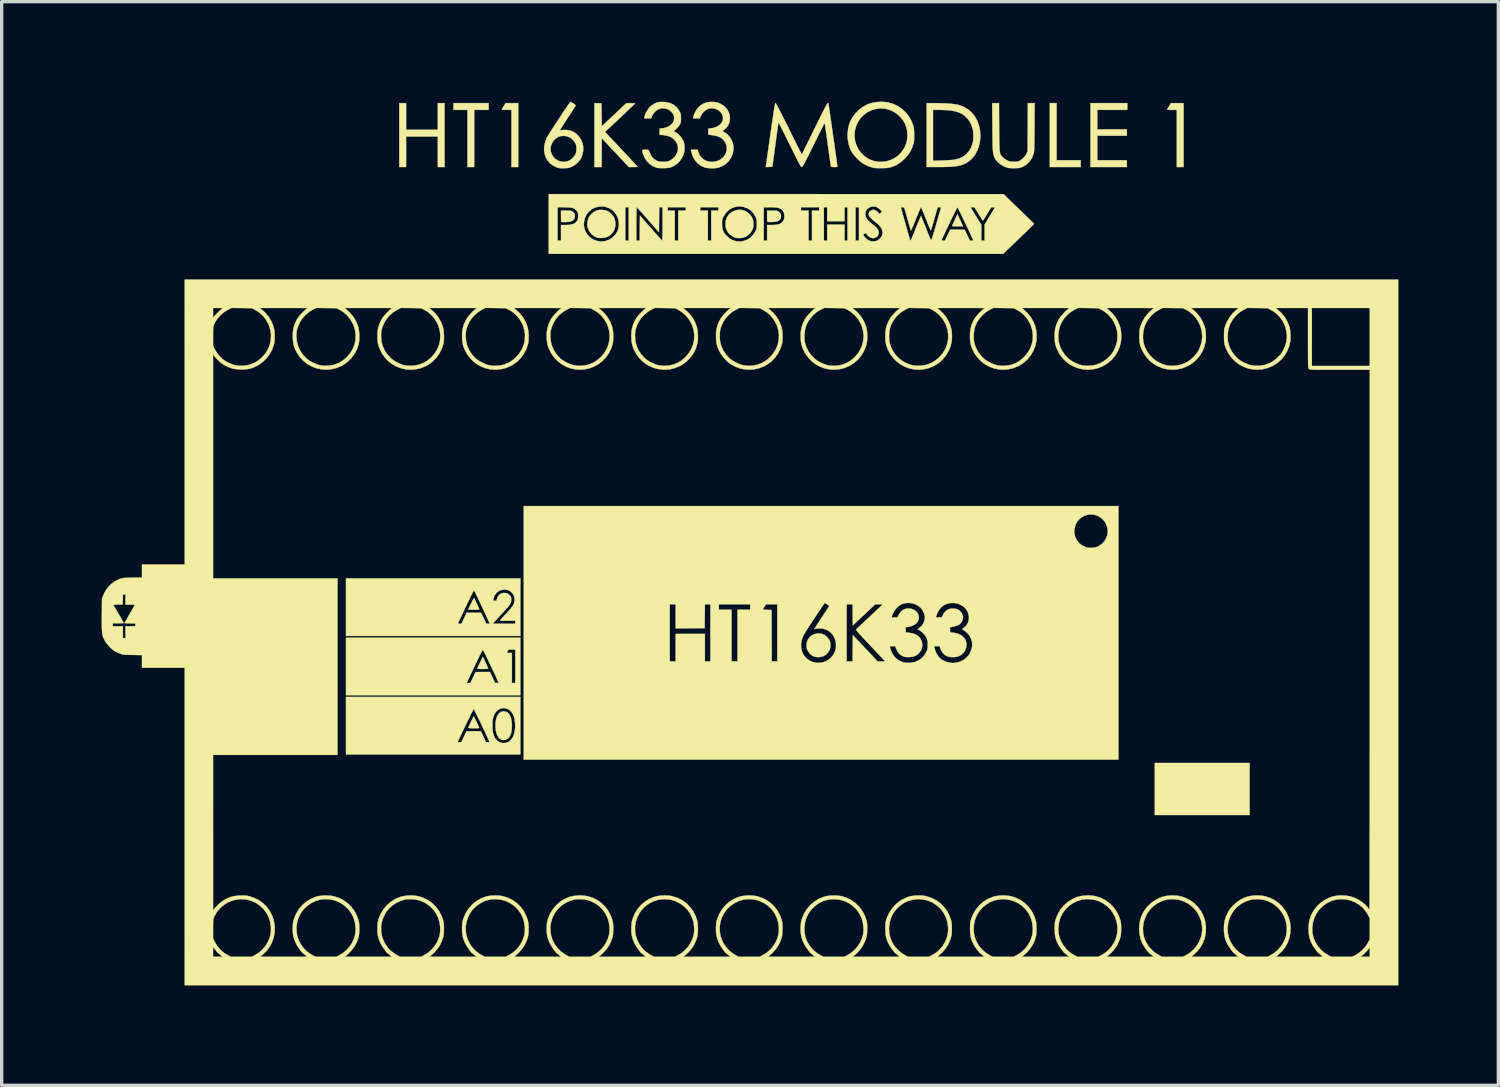
<source format=kicad_pcb>
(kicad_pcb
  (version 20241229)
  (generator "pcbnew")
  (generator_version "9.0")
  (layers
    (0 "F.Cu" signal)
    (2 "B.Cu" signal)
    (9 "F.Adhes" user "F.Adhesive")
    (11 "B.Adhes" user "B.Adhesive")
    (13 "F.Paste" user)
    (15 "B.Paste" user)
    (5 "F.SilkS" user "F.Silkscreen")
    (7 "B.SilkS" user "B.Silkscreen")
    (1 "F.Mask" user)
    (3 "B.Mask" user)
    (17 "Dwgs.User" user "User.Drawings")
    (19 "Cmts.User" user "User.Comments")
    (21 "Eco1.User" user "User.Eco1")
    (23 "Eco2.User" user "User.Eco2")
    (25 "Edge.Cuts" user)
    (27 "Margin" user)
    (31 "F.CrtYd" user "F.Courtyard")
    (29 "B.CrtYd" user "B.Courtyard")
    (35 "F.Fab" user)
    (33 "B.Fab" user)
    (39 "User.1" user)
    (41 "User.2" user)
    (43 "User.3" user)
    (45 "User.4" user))
  (footprint "HT_mod1"
    (layer "F.Cu")
    (at 19.447 13.252)
    (property "Reference" "HT_mod1" (at 0 0 0) (layer "F.SilkS") (effects (font (size 1.524 1.524) (thickness 0.3))))
    (attr through_hole)
    (fp_poly (pts (xy 14.999 8.153) (xy 12.154 8.153) (xy 12.154 6.591) (xy 14.999 6.591) (xy 14.999 8.153)) (stroke (width 0.01) (type solid)) (fill yes) (layer "F.SilkS"))
    (fp_poly (pts (xy 9.207 -11.493) (xy 9.931 -11.493) (xy 9.931 -11.29) (xy 9.004 -11.29) (xy 9.004 -13.208) (xy 9.207 -13.208) (xy 9.207 -11.493)) (stroke (width 0.01) (type solid)) (fill yes) (layer "F.SilkS"))
    (fp_poly (pts (xy -7.836 -13.005) (xy -8.268 -13.005) (xy -8.268 -11.29) (xy -8.471 -11.29) (xy -8.471 -13.005) (xy -8.89 -13.005) (xy -8.89 -13.208) (xy -7.836 -13.208) (xy -7.836 -13.005)) (stroke (width 0.01) (type solid)) (fill yes) (layer "F.SilkS"))
    (fp_poly (pts (xy -10.312 -12.408) (xy -9.36 -12.408) (xy -9.36 -13.208) (xy -9.157 -13.208) (xy -9.157 -11.29) (xy -9.36 -11.29) (xy -9.36 -12.205) (xy -10.312 -12.205) (xy -10.312 -11.29) (xy -10.516 -11.29) (xy -10.516 -13.208) (xy -10.312 -13.208) (xy -10.312 -12.408)) (stroke (width 0.01) (type solid)) (fill yes) (layer "F.SilkS"))
    (fp_poly (pts (xy 11.328 -13.005) (xy 10.427 -13.005) (xy 10.427 -12.421) (xy 11.316 -12.421) (xy 11.316 -12.23) (xy 10.427 -12.23) (xy 10.427 -11.493) (xy 11.316 -11.493) (xy 11.316 -11.29) (xy 10.223 -11.29) (xy 10.223 -13.208) (xy 11.328 -13.208) (xy 11.328 -13.005)) (stroke (width 0.01) (type solid)) (fill yes) (layer "F.SilkS"))
    (fp_poly (pts (xy -6.947 -11.29) (xy -7.15 -11.29) (xy -7.15 -13.005) (xy -7.296 -13.005) (xy -7.354 -13.005) (xy -7.4 -13.007) (xy -7.432 -13.009) (xy -7.442 -13.011) (xy -7.436 -13.023) (xy -7.42 -13.053) (xy -7.396 -13.093) (xy -7.384 -13.112) (xy -7.326 -13.208) (xy -6.947 -13.208) (xy -6.947 -11.29)) (stroke (width 0.01) (type solid)) (fill yes) (layer "F.SilkS"))
    (fp_poly (pts (xy 13.018 -11.29) (xy 12.814 -11.29) (xy 12.814 -13.005) (xy 12.668 -13.005) (xy 12.611 -13.005) (xy 12.564 -13.007) (xy 12.533 -13.009) (xy 12.522 -13.011) (xy 12.528 -13.023) (xy 12.545 -13.053) (xy 12.569 -13.093) (xy 12.58 -13.112) (xy 12.638 -13.208) (xy 13.018 -13.208) (xy 13.018 -11.29)) (stroke (width 0.01) (type solid)) (fill yes) (layer "F.SilkS"))
    (fp_poly (pts (xy 6.259 -9.817) (xy 6.275 -9.781) (xy 6.299 -9.73) (xy 6.325 -9.672) (xy 6.342 -9.636) (xy 6.4 -9.512) (xy 6.234 -9.512) (xy 6.167 -9.512) (xy 6.121 -9.513) (xy 6.093 -9.516) (xy 6.079 -9.52) (xy 6.075 -9.527) (xy 6.077 -9.537) (xy 6.077 -9.538) (xy 6.085 -9.558) (xy 6.102 -9.597) (xy 6.126 -9.648) (xy 6.154 -9.706) (xy 6.16 -9.719) (xy 6.234 -9.874) (xy 6.259 -9.817)) (stroke (width 0.01) (type solid)) (fill yes) (layer "F.SilkS"))
    (fp_poly (pts (xy -7.928 3.575) (xy -7.9 3.636) (xy -7.877 3.689) (xy -7.859 3.731) (xy -7.85 3.755) (xy -7.849 3.76) (xy -7.861 3.765) (xy -7.894 3.768) (xy -7.946 3.771) (xy -8.011 3.772) (xy -8.014 3.772) (xy -8.075 3.771) (xy -8.126 3.769) (xy -8.162 3.767) (xy -8.178 3.763) (xy -8.178 3.762) (xy -8.172 3.748) (xy -8.158 3.715) (xy -8.136 3.668) (xy -8.108 3.61) (xy -8.092 3.577) (xy -8.007 3.401) (xy -7.928 3.575)) (stroke (width 0.01) (type solid)) (fill yes) (layer "F.SilkS"))
    (fp_poly (pts (xy -5.448 -9.982) (xy -5.402 -9.98) (xy -5.37 -9.976) (xy -5.346 -9.968) (xy -5.326 -9.957) (xy -5.32 -9.953) (xy -5.276 -9.914) (xy -5.253 -9.869) (xy -5.248 -9.81) (xy -5.249 -9.8) (xy -5.262 -9.745) (xy -5.29 -9.702) (xy -5.336 -9.671) (xy -5.401 -9.651) (xy -5.487 -9.641) (xy -5.556 -9.639) (xy -5.602 -9.64) (xy -5.637 -9.643) (xy -5.655 -9.647) (xy -5.656 -9.648) (xy -5.659 -9.663) (xy -5.662 -9.699) (xy -5.663 -9.749) (xy -5.664 -9.81) (xy -5.664 -9.819) (xy -5.664 -9.982) (xy -5.514 -9.982) (xy -5.448 -9.982)) (stroke (width 0.01) (type solid)) (fill yes) (layer "F.SilkS"))
    (fp_poly (pts (xy 0.737 -9.982) (xy 0.783 -9.98) (xy 0.815 -9.976) (xy 0.839 -9.968) (xy 0.859 -9.957) (xy 0.865 -9.953) (xy 0.909 -9.913) (xy 0.933 -9.864) (xy 0.94 -9.807) (xy 0.928 -9.75) (xy 0.895 -9.702) (xy 0.843 -9.668) (xy 0.789 -9.652) (xy 0.744 -9.646) (xy 0.692 -9.642) (xy 0.637 -9.64) (xy 0.588 -9.64) (xy 0.55 -9.642) (xy 0.53 -9.647) (xy 0.529 -9.648) (xy 0.526 -9.663) (xy 0.523 -9.699) (xy 0.522 -9.749) (xy 0.521 -9.81) (xy 0.521 -9.819) (xy 0.521 -9.982) (xy 0.671 -9.982) (xy 0.737 -9.982)) (stroke (width 0.01) (type solid)) (fill yes) (layer "F.SilkS"))
    (fp_poly (pts (xy -8.275 5.205) (xy -8.259 5.235) (xy -8.238 5.277) (xy -8.213 5.328) (xy -8.187 5.383) (xy -8.162 5.436) (xy -8.141 5.483) (xy -8.124 5.52) (xy -8.117 5.538) (xy -8.128 5.543) (xy -8.16 5.547) (xy -8.212 5.549) (xy -8.279 5.55) (xy -8.343 5.549) (xy -8.394 5.547) (xy -8.43 5.543) (xy -8.445 5.539) (xy -8.445 5.538) (xy -8.44 5.522) (xy -8.427 5.489) (xy -8.406 5.444) (xy -8.382 5.392) (xy -8.356 5.337) (xy -8.331 5.286) (xy -8.309 5.241) (xy -8.292 5.21) (xy -8.282 5.195) (xy -8.282 5.195) (xy -8.275 5.205)) (stroke (width 0.01) (type solid)) (fill yes) (layer "F.SilkS"))
    (fp_poly (pts (xy -7.314 5.053) (xy -7.255 5.087) (xy -7.208 5.143) (xy -7.172 5.219) (xy -7.149 5.315) (xy -7.138 5.431) (xy -7.137 5.474) (xy -7.144 5.598) (xy -7.162 5.701) (xy -7.194 5.782) (xy -7.238 5.843) (xy -7.289 5.88) (xy -7.358 5.902) (xy -7.426 5.899) (xy -7.461 5.888) (xy -7.516 5.851) (xy -7.561 5.792) (xy -7.595 5.716) (xy -7.619 5.624) (xy -7.63 5.519) (xy -7.628 5.405) (xy -7.62 5.334) (xy -7.599 5.235) (xy -7.565 5.155) (xy -7.519 5.096) (xy -7.462 5.058) (xy -7.396 5.042) (xy -7.384 5.042) (xy -7.314 5.053)) (stroke (width 0.01) (type solid)) (fill yes) (layer "F.SilkS"))
    (fp_poly (pts (xy -8.264 1.657) (xy -8.247 1.689) (xy -8.225 1.734) (xy -8.201 1.787) (xy -8.175 1.842) (xy -8.152 1.894) (xy -8.132 1.938) (xy -8.119 1.97) (xy -8.115 1.982) (xy -8.127 1.987) (xy -8.161 1.99) (xy -8.211 1.993) (xy -8.275 1.994) (xy -8.28 1.994) (xy -8.342 1.993) (xy -8.393 1.992) (xy -8.429 1.991) (xy -8.445 1.988) (xy -8.445 1.988) (xy -8.44 1.972) (xy -8.426 1.939) (xy -8.405 1.895) (xy -8.38 1.844) (xy -8.353 1.79) (xy -8.327 1.738) (xy -8.304 1.693) (xy -8.285 1.66) (xy -8.274 1.643) (xy -8.272 1.642) (xy -8.264 1.657)) (stroke (width 0.01) (type solid)) (fill yes) (layer "F.SilkS"))
    (fp_poly (pts (xy 2.16 2.716) (xy 2.243 2.749) (xy 2.314 2.805) (xy 2.374 2.883) (xy 2.39 2.912) (xy 2.407 2.951) (xy 2.415 2.996) (xy 2.418 3.055) (xy 2.418 3.061) (xy 2.416 3.121) (xy 2.407 3.167) (xy 2.392 3.207) (xy 2.39 3.21) (xy 2.334 3.295) (xy 2.267 3.357) (xy 2.187 3.397) (xy 2.097 3.414) (xy 2.064 3.415) (xy 2.013 3.413) (xy 1.966 3.407) (xy 1.937 3.401) (xy 1.866 3.364) (xy 1.801 3.308) (xy 1.749 3.239) (xy 1.715 3.164) (xy 1.713 3.157) (xy 1.704 3.095) (xy 1.706 3.023) (xy 1.718 2.954) (xy 1.737 2.902) (xy 1.791 2.823) (xy 1.861 2.763) (xy 1.945 2.724) (xy 2.039 2.706) (xy 2.064 2.705) (xy 2.16 2.716)) (stroke (width 0.01) (type solid)) (fill yes) (layer "F.SilkS"))
    (fp_poly (pts (xy -4.359 -9.996) (xy -4.296 -9.98) (xy -4.278 -9.973) (xy -4.194 -9.923) (xy -4.127 -9.856) (xy -4.076 -9.777) (xy -4.044 -9.69) (xy -4.03 -9.597) (xy -4.036 -9.504) (xy -4.062 -9.413) (xy -4.109 -9.33) (xy -4.134 -9.299) (xy -4.206 -9.233) (xy -4.285 -9.19) (xy -4.376 -9.166) (xy -4.437 -9.161) (xy -4.49 -9.161) (xy -4.537 -9.163) (xy -4.568 -9.167) (xy -4.572 -9.168) (xy -4.666 -9.212) (xy -4.748 -9.277) (xy -4.761 -9.29) (xy -4.823 -9.374) (xy -4.861 -9.466) (xy -4.875 -9.565) (xy -4.864 -9.67) (xy -4.852 -9.716) (xy -4.834 -9.769) (xy -4.813 -9.81) (xy -4.783 -9.848) (xy -4.752 -9.881) (xy -4.677 -9.944) (xy -4.6 -9.984) (xy -4.516 -10.003) (xy -4.432 -10.005) (xy -4.359 -9.996)) (stroke (width 0.01) (type solid)) (fill yes) (layer "F.SilkS"))
    (fp_poly (pts (xy -0.221 -10) (xy -0.174 -9.987) (xy -0.163 -9.983) (xy -0.081 -9.94) (xy -0.008 -9.879) (xy 0.052 -9.805) (xy 0.072 -9.769) (xy 0.09 -9.729) (xy 0.101 -9.693) (xy 0.106 -9.652) (xy 0.108 -9.597) (xy 0.108 -9.582) (xy 0.107 -9.523) (xy 0.103 -9.479) (xy 0.093 -9.443) (xy 0.077 -9.405) (xy 0.072 -9.395) (xy 0.024 -9.321) (xy -0.042 -9.254) (xy -0.117 -9.202) (xy -0.16 -9.183) (xy -0.228 -9.165) (xy -0.305 -9.158) (xy -0.38 -9.16) (xy -0.444 -9.173) (xy -0.446 -9.174) (xy -0.531 -9.216) (xy -0.606 -9.275) (xy -0.666 -9.347) (xy -0.707 -9.426) (xy -0.707 -9.428) (xy -0.723 -9.493) (xy -0.729 -9.571) (xy -0.73 -9.589) (xy -0.718 -9.691) (xy -0.684 -9.783) (xy -0.631 -9.862) (xy -0.561 -9.927) (xy -0.475 -9.973) (xy -0.377 -10) (xy -0.331 -10.005) (xy -0.27 -10.006) (xy -0.221 -10)) (stroke (width 0.01) (type solid)) (fill yes) (layer "F.SilkS"))
    (fp_poly (pts (xy -4.451 -13.202) (xy -4.439 -12.514) (xy -3.702 -13.208) (xy -3.572 -13.208) (xy -3.518 -13.207) (xy -3.475 -13.204) (xy -3.448 -13.201) (xy -3.442 -13.198) (xy -3.451 -13.188) (xy -3.476 -13.162) (xy -3.515 -13.124) (xy -3.567 -13.074) (xy -3.628 -13.016) (xy -3.697 -12.95) (xy -3.771 -12.88) (xy -3.848 -12.807) (xy -3.926 -12.734) (xy -4.003 -12.661) (xy -4.077 -12.593) (xy -4.144 -12.529) (xy -4.204 -12.474) (xy -4.254 -12.428) (xy -4.292 -12.394) (xy -4.314 -12.374) (xy -4.346 -12.347) (xy -3.859 -11.83) (xy -3.769 -11.734) (xy -3.683 -11.643) (xy -3.605 -11.559) (xy -3.535 -11.484) (xy -3.475 -11.42) (xy -3.427 -11.368) (xy -3.392 -11.329) (xy -3.372 -11.307) (xy -3.368 -11.301) (xy -3.378 -11.297) (xy -3.408 -11.293) (xy -3.454 -11.291) (xy -3.496 -11.29) (xy -3.628 -11.29) (xy -4.033 -11.722) (xy -4.439 -12.154) (xy -4.445 -11.29) (xy -4.661 -11.29) (xy -4.661 -13.209) (xy -4.451 -13.202)) (stroke (width 0.01) (type solid)) (fill yes) (layer "F.SilkS"))
    (fp_poly (pts (xy -6.883 4.559) (xy -12.116 4.559) (xy -12.116 4.191) (xy -8.495 4.191) (xy -8.382 4.191) (xy -8.226 3.861) (xy -7.796 3.861) (xy -7.717 4.026) (xy -7.639 4.191) (xy -7.585 4.191) (xy -7.532 4.191) (xy -7.547 4.156) (xy -7.575 4.094) (xy -7.609 4.02) (xy -7.648 3.936) (xy -7.69 3.846) (xy -7.735 3.751) (xy -7.78 3.656) (xy -7.824 3.563) (xy -7.867 3.474) (xy -7.906 3.392) (xy -7.941 3.321) (xy -7.96 3.284) (xy -7.29 3.284) (xy -7.278 3.287) (xy -7.248 3.289) (xy -7.214 3.289) (xy -7.137 3.289) (xy -7.137 4.191) (xy -7.036 4.191) (xy -7.036 3.188) (xy -7.236 3.188) (xy -7.263 3.233) (xy -7.28 3.262) (xy -7.289 3.281) (xy -7.29 3.284) (xy -7.96 3.284) (xy -7.97 3.263) (xy -7.992 3.22) (xy -8.005 3.196) (xy -8.008 3.192) (xy -8.016 3.202) (xy -8.034 3.232) (xy -8.059 3.279) (xy -8.091 3.34) (xy -8.126 3.413) (xy -8.165 3.494) (xy -8.166 3.496) (xy -8.211 3.591) (xy -8.258 3.691) (xy -8.305 3.79) (xy -8.348 3.882) (xy -8.385 3.96) (xy -8.403 3.997) (xy -8.495 4.191) (xy -12.116 4.191) (xy -12.116 2.832) (xy -6.883 2.832) (xy -6.883 4.559)) (stroke (width 0.01) (type solid)) (fill yes) (layer "F.SilkS"))
    (fp_poly (pts (xy 5.54 -13.208) (xy 5.682 -13.206) (xy 5.818 -13.202) (xy 5.945 -13.195) (xy 6.059 -13.186) (xy 6.155 -13.175) (xy 6.224 -13.164) (xy 6.282 -13.148) (xy 6.352 -13.123) (xy 6.422 -13.094) (xy 6.438 -13.086) (xy 6.561 -13.012) (xy 6.667 -12.919) (xy 6.755 -12.809) (xy 6.825 -12.682) (xy 6.877 -12.54) (xy 6.909 -12.382) (xy 6.913 -12.354) (xy 6.919 -12.203) (xy 6.907 -12.056) (xy 6.875 -11.915) (xy 6.827 -11.784) (xy 6.762 -11.665) (xy 6.682 -11.56) (xy 6.589 -11.472) (xy 6.484 -11.404) (xy 6.474 -11.399) (xy 6.414 -11.372) (xy 6.353 -11.35) (xy 6.288 -11.332) (xy 6.215 -11.317) (xy 6.133 -11.307) (xy 6.037 -11.299) (xy 5.925 -11.294) (xy 5.793 -11.291) (xy 5.648 -11.291) (xy 5.309 -11.29) (xy 5.309 -11.477) (xy 5.499 -11.477) (xy 5.773 -11.486) (xy 5.862 -11.489) (xy 5.95 -11.494) (xy 6.032 -11.5) (xy 6.101 -11.506) (xy 6.151 -11.513) (xy 6.156 -11.513) (xy 6.285 -11.548) (xy 6.399 -11.602) (xy 6.498 -11.676) (xy 6.58 -11.77) (xy 6.645 -11.882) (xy 6.688 -11.996) (xy 6.701 -12.061) (xy 6.709 -12.143) (xy 6.711 -12.233) (xy 6.707 -12.322) (xy 6.698 -12.403) (xy 6.689 -12.446) (xy 6.643 -12.575) (xy 6.577 -12.689) (xy 6.502 -12.777) (xy 6.434 -12.838) (xy 6.359 -12.888) (xy 6.274 -12.928) (xy 6.177 -12.959) (xy 6.065 -12.981) (xy 5.936 -12.996) (xy 5.786 -13.003) (xy 5.68 -13.005) (xy 5.499 -13.005) (xy 5.499 -11.477) (xy 5.309 -11.477) (xy 5.309 -13.208) (xy 5.54 -13.208)) (stroke (width 0.01) (type solid)) (fill yes) (layer "F.SilkS"))
    (fp_poly (pts (xy 7.483 -12.494) (xy 7.484 -12.332) (xy 7.486 -12.194) (xy 7.487 -12.076) (xy 7.489 -11.978) (xy 7.491 -11.897) (xy 7.495 -11.831) (xy 7.5 -11.778) (xy 7.506 -11.735) (xy 7.514 -11.701) (xy 7.523 -11.674) (xy 7.535 -11.651) (xy 7.549 -11.63) (xy 7.566 -11.61) (xy 7.583 -11.591) (xy 7.638 -11.541) (xy 7.707 -11.497) (xy 7.719 -11.491) (xy 7.762 -11.471) (xy 7.797 -11.458) (xy 7.833 -11.452) (xy 7.88 -11.449) (xy 7.925 -11.449) (xy 7.986 -11.45) (xy 8.03 -11.454) (xy 8.063 -11.462) (xy 8.094 -11.475) (xy 8.101 -11.479) (xy 8.187 -11.538) (xy 8.258 -11.614) (xy 8.301 -11.687) (xy 8.338 -11.767) (xy 8.341 -12.487) (xy 8.345 -13.208) (xy 8.549 -13.208) (xy 8.544 -12.487) (xy 8.543 -12.331) (xy 8.542 -12.198) (xy 8.541 -12.086) (xy 8.539 -11.994) (xy 8.538 -11.918) (xy 8.536 -11.857) (xy 8.534 -11.808) (xy 8.531 -11.77) (xy 8.528 -11.74) (xy 8.524 -11.717) (xy 8.519 -11.697) (xy 8.517 -11.691) (xy 8.471 -11.572) (xy 8.405 -11.468) (xy 8.321 -11.381) (xy 8.222 -11.313) (xy 8.191 -11.298) (xy 8.155 -11.282) (xy 8.122 -11.27) (xy 8.088 -11.263) (xy 8.046 -11.259) (xy 7.988 -11.257) (xy 7.95 -11.256) (xy 7.86 -11.256) (xy 7.79 -11.26) (xy 7.736 -11.268) (xy 7.723 -11.272) (xy 7.625 -11.309) (xy 7.533 -11.363) (xy 7.451 -11.429) (xy 7.386 -11.504) (xy 7.362 -11.543) (xy 7.347 -11.571) (xy 7.334 -11.599) (xy 7.323 -11.628) (xy 7.314 -11.66) (xy 7.306 -11.698) (xy 7.3 -11.743) (xy 7.295 -11.799) (xy 7.291 -11.866) (xy 7.288 -11.948) (xy 7.286 -12.046) (xy 7.284 -12.163) (xy 7.282 -12.3) (xy 7.281 -12.46) (xy 7.281 -12.494) (xy 7.275 -13.208) (xy 7.479 -13.208) (xy 7.483 -12.494)) (stroke (width 0.01) (type solid)) (fill yes) (layer "F.SilkS"))
    (fp_poly (pts (xy -6.883 6.337) (xy -12.116 6.337) (xy -12.116 5.964) (xy -8.763 5.964) (xy -8.752 5.967) (xy -8.723 5.969) (xy -8.709 5.969) (xy -8.655 5.969) (xy -8.577 5.804) (xy -8.498 5.639) (xy -8.068 5.639) (xy -7.912 5.969) (xy -7.861 5.969) (xy -7.829 5.967) (xy -7.812 5.963) (xy -7.811 5.961) (xy -7.816 5.946) (xy -7.831 5.911) (xy -7.854 5.859) (xy -7.884 5.794) (xy -7.919 5.717) (xy -7.959 5.633) (xy -8.001 5.543) (xy -8.045 5.451) (xy -8.05 5.441) (xy -7.721 5.441) (xy -7.719 5.533) (xy -7.714 5.619) (xy -7.703 5.691) (xy -7.703 5.694) (xy -7.672 5.792) (xy -7.626 5.872) (xy -7.567 5.933) (xy -7.497 5.974) (xy -7.418 5.994) (xy -7.331 5.99) (xy -7.288 5.98) (xy -7.218 5.946) (xy -7.158 5.89) (xy -7.109 5.816) (xy -7.072 5.724) (xy -7.048 5.618) (xy -7.038 5.5) (xy -7.041 5.401) (xy -7.058 5.273) (xy -7.089 5.166) (xy -7.135 5.08) (xy -7.195 5.014) (xy -7.269 4.969) (xy -7.332 4.95) (xy -7.414 4.945) (xy -7.49 4.963) (xy -7.559 5.002) (xy -7.619 5.061) (xy -7.666 5.138) (xy -7.699 5.23) (xy -7.709 5.279) (xy -7.717 5.353) (xy -7.721 5.441) (xy -8.05 5.441) (xy -8.089 5.359) (xy -8.132 5.271) (xy -8.172 5.189) (xy -8.208 5.115) (xy -8.239 5.054) (xy -8.263 5.007) (xy -8.279 4.978) (xy -8.285 4.969) (xy -8.292 4.981) (xy -8.309 5.013) (xy -8.334 5.062) (xy -8.365 5.125) (xy -8.402 5.2) (xy -8.442 5.284) (xy -8.486 5.373) (xy -8.53 5.465) (xy -8.574 5.558) (xy -8.617 5.647) (xy -8.657 5.731) (xy -8.692 5.806) (xy -8.722 5.87) (xy -8.744 5.919) (xy -8.759 5.952) (xy -8.763 5.964) (xy -12.116 5.964) (xy -12.116 4.61) (xy -6.883 4.61) (xy -6.883 6.337)) (stroke (width 0.01) (type solid)) (fill yes) (layer "F.SilkS"))
    (fp_poly (pts (xy -5.363 -13.24) (xy -5.334 -13.223) (xy -5.298 -13.201) (xy -5.263 -13.177) (xy -5.235 -13.157) (xy -5.22 -13.143) (xy -5.22 -13.142) (xy -5.227 -13.129) (xy -5.246 -13.098) (xy -5.276 -13.051) (xy -5.315 -12.99) (xy -5.362 -12.917) (xy -5.415 -12.836) (xy -5.468 -12.756) (xy -5.524 -12.67) (xy -5.575 -12.591) (xy -5.619 -12.522) (xy -5.653 -12.465) (xy -5.679 -12.422) (xy -5.692 -12.396) (xy -5.693 -12.388) (xy -5.67 -12.394) (xy -5.629 -12.4) (xy -5.582 -12.404) (xy -5.468 -12.401) (xy -5.363 -12.377) (xy -5.268 -12.333) (xy -5.185 -12.272) (xy -5.114 -12.196) (xy -5.059 -12.108) (xy -5.02 -12.011) (xy -4.998 -11.906) (xy -4.996 -11.796) (xy -5.014 -11.685) (xy -5.055 -11.573) (xy -5.06 -11.564) (xy -5.118 -11.47) (xy -5.194 -11.392) (xy -5.289 -11.327) (xy -5.331 -11.305) (xy -5.375 -11.285) (xy -5.411 -11.271) (xy -5.445 -11.263) (xy -5.486 -11.259) (xy -5.542 -11.256) (xy -5.575 -11.255) (xy -5.643 -11.255) (xy -5.693 -11.256) (xy -5.732 -11.261) (xy -5.768 -11.271) (xy -5.798 -11.281) (xy -5.906 -11.335) (xy -5.998 -11.406) (xy -6.07 -11.491) (xy -6.124 -11.588) (xy -6.158 -11.695) (xy -6.172 -11.811) (xy -6.172 -11.814) (xy -5.976 -11.814) (xy -5.969 -11.754) (xy -5.939 -11.666) (xy -5.889 -11.59) (xy -5.825 -11.528) (xy -5.748 -11.482) (xy -5.664 -11.454) (xy -5.576 -11.445) (xy -5.487 -11.457) (xy -5.417 -11.484) (xy -5.337 -11.538) (xy -5.27 -11.61) (xy -5.231 -11.671) (xy -5.21 -11.732) (xy -5.2 -11.805) (xy -5.201 -11.882) (xy -5.212 -11.953) (xy -5.23 -11.999) (xy -5.289 -12.085) (xy -5.363 -12.154) (xy -5.421 -12.188) (xy -5.501 -12.216) (xy -5.588 -12.225) (xy -5.675 -12.217) (xy -5.743 -12.196) (xy -5.824 -12.146) (xy -5.89 -12.078) (xy -5.939 -11.997) (xy -5.969 -11.908) (xy -5.976 -11.814) (xy -6.172 -11.814) (xy -6.164 -11.932) (xy -6.134 -12.056) (xy -6.087 -12.173) (xy -6.071 -12.201) (xy -6.044 -12.245) (xy -6.008 -12.304) (xy -5.963 -12.375) (xy -5.912 -12.455) (xy -5.856 -12.541) (xy -5.796 -12.632) (xy -5.735 -12.725) (xy -5.674 -12.818) (xy -5.615 -12.907) (xy -5.559 -12.991) (xy -5.507 -13.067) (xy -5.463 -13.133) (xy -5.426 -13.186) (xy -5.398 -13.223) (xy -5.383 -13.243) (xy -5.379 -13.246) (xy -5.363 -13.24)) (stroke (width 0.01) (type solid)) (fill yes) (layer "F.SilkS"))
    (fp_poly (pts (xy 4.085 -13.239) (xy 4.158 -13.227) (xy 4.305 -13.184) (xy 4.442 -13.119) (xy 4.568 -13.034) (xy 4.679 -12.931) (xy 4.774 -12.812) (xy 4.85 -12.68) (xy 4.905 -12.537) (xy 4.916 -12.497) (xy 4.925 -12.448) (xy 4.93 -12.379) (xy 4.933 -12.293) (xy 4.934 -12.243) (xy 4.933 -12.164) (xy 4.931 -12.105) (xy 4.926 -12.058) (xy 4.919 -12.016) (xy 4.907 -11.974) (xy 4.904 -11.963) (xy 4.861 -11.845) (xy 4.809 -11.742) (xy 4.743 -11.648) (xy 4.658 -11.554) (xy 4.649 -11.544) (xy 4.559 -11.461) (xy 4.474 -11.396) (xy 4.388 -11.346) (xy 4.294 -11.306) (xy 4.261 -11.294) (xy 4.216 -11.281) (xy 4.175 -11.271) (xy 4.131 -11.264) (xy 4.078 -11.26) (xy 4.008 -11.258) (xy 3.969 -11.257) (xy 3.858 -11.256) (xy 3.772 -11.26) (xy 3.709 -11.269) (xy 3.702 -11.27) (xy 3.578 -11.308) (xy 3.457 -11.362) (xy 3.384 -11.405) (xy 3.327 -11.448) (xy 3.262 -11.505) (xy 3.197 -11.57) (xy 3.137 -11.637) (xy 3.089 -11.698) (xy 3.076 -11.717) (xy 3.011 -11.843) (xy 2.966 -11.981) (xy 2.94 -12.127) (xy 2.937 -12.209) (xy 3.144 -12.209) (xy 3.161 -12.073) (xy 3.201 -11.942) (xy 3.262 -11.821) (xy 3.342 -11.712) (xy 3.441 -11.617) (xy 3.557 -11.539) (xy 3.614 -11.511) (xy 3.733 -11.469) (xy 3.862 -11.448) (xy 3.994 -11.447) (xy 4.106 -11.463) (xy 4.243 -11.507) (xy 4.367 -11.571) (xy 4.476 -11.654) (xy 4.568 -11.755) (xy 4.642 -11.871) (xy 4.696 -12.002) (xy 4.707 -12.041) (xy 4.721 -12.118) (xy 4.728 -12.21) (xy 4.727 -12.305) (xy 4.719 -12.395) (xy 4.707 -12.457) (xy 4.662 -12.583) (xy 4.596 -12.698) (xy 4.513 -12.799) (xy 4.414 -12.886) (xy 4.304 -12.957) (xy 4.185 -13.009) (xy 4.059 -13.041) (xy 3.929 -13.051) (xy 3.798 -13.038) (xy 3.796 -13.037) (xy 3.658 -12.997) (xy 3.533 -12.936) (xy 3.421 -12.856) (xy 3.326 -12.758) (xy 3.249 -12.646) (xy 3.191 -12.519) (xy 3.155 -12.382) (xy 3.151 -12.351) (xy 3.144 -12.209) (xy 2.937 -12.209) (xy 2.934 -12.277) (xy 2.949 -12.427) (xy 2.984 -12.573) (xy 3.006 -12.634) (xy 3.072 -12.764) (xy 3.158 -12.885) (xy 3.262 -12.994) (xy 3.38 -13.087) (xy 3.509 -13.16) (xy 3.556 -13.18) (xy 3.676 -13.217) (xy 3.81 -13.24) (xy 3.949 -13.247) (xy 4.085 -13.239)) (stroke (width 0.01) (type solid)) (fill yes) (layer "F.SilkS"))
    (fp_poly (pts (xy -1.103 -13.243) (xy -1.04 -13.239) (xy -0.994 -13.233) (xy -0.955 -13.222) (xy -0.913 -13.205) (xy -0.884 -13.191) (xy -0.825 -13.157) (xy -0.769 -13.118) (xy -0.731 -13.085) (xy -0.666 -13.003) (xy -0.622 -12.913) (xy -0.598 -12.819) (xy -0.594 -12.723) (xy -0.61 -12.63) (xy -0.647 -12.543) (xy -0.703 -12.466) (xy -0.746 -12.427) (xy -0.78 -12.4) (xy -0.803 -12.379) (xy -0.812 -12.37) (xy -0.802 -12.361) (xy -0.776 -12.344) (xy -0.75 -12.328) (xy -0.667 -12.268) (xy -0.596 -12.188) (xy -0.541 -12.096) (xy -0.504 -11.994) (xy -0.486 -11.889) (xy -0.488 -11.808) (xy -0.514 -11.683) (xy -0.562 -11.569) (xy -0.63 -11.47) (xy -0.717 -11.386) (xy -0.821 -11.319) (xy -0.939 -11.273) (xy -1.003 -11.26) (xy -1.083 -11.253) (xy -1.169 -11.253) (xy -1.252 -11.259) (xy -1.324 -11.27) (xy -1.349 -11.277) (xy -1.46 -11.325) (xy -1.556 -11.393) (xy -1.635 -11.481) (xy -1.688 -11.568) (xy -1.709 -11.614) (xy -1.729 -11.668) (xy -1.747 -11.722) (xy -1.76 -11.769) (xy -1.765 -11.8) (xy -1.765 -11.801) (xy -1.754 -11.806) (xy -1.723 -11.809) (xy -1.678 -11.811) (xy -1.666 -11.811) (xy -1.567 -11.811) (xy -1.545 -11.743) (xy -1.503 -11.646) (xy -1.443 -11.566) (xy -1.367 -11.506) (xy -1.278 -11.465) (xy -1.176 -11.446) (xy -1.094 -11.447) (xy -0.993 -11.465) (xy -0.903 -11.501) (xy -0.828 -11.553) (xy -0.768 -11.617) (xy -0.723 -11.691) (xy -0.696 -11.771) (xy -0.688 -11.855) (xy -0.7 -11.94) (xy -0.732 -12.023) (xy -0.787 -12.101) (xy -0.809 -12.124) (xy -0.871 -12.172) (xy -0.947 -12.207) (xy -1.041 -12.233) (xy -1.127 -12.247) (xy -1.245 -12.261) (xy -1.245 -12.442) (xy -1.17 -12.45) (xy -1.071 -12.47) (xy -0.982 -12.504) (xy -0.907 -12.552) (xy -0.85 -12.612) (xy -0.824 -12.656) (xy -0.803 -12.728) (xy -0.806 -12.799) (xy -0.828 -12.867) (xy -0.868 -12.929) (xy -0.923 -12.981) (xy -0.99 -13.021) (xy -1.067 -13.046) (xy -1.15 -13.053) (xy -1.18 -13.05) (xy -1.266 -13.028) (xy -1.344 -12.982) (xy -1.411 -12.916) (xy -1.464 -12.829) (xy -1.47 -12.818) (xy -1.5 -12.751) (xy -1.602 -12.751) (xy -1.704 -12.751) (xy -1.695 -12.792) (xy -1.679 -12.847) (xy -1.65 -12.912) (xy -1.615 -12.979) (xy -1.578 -13.038) (xy -1.549 -13.073) (xy -1.469 -13.147) (xy -1.381 -13.199) (xy -1.284 -13.231) (xy -1.173 -13.244) (xy -1.103 -13.243)) (stroke (width 0.01) (type solid)) (fill yes) (layer "F.SilkS"))
    (fp_poly (pts (xy -6.883 2.781) (xy -12.116 2.781) (xy -12.116 2.413) (xy -8.762 2.413) (xy -8.65 2.413) (xy -8.571 2.248) (xy -8.492 2.083) (xy -8.062 2.083) (xy -7.984 2.248) (xy -7.907 2.413) (xy -7.798 2.413) (xy -7.711 2.413) (xy -7.036 2.413) (xy -7.036 2.324) (xy -7.264 2.324) (xy -7.337 2.324) (xy -7.401 2.323) (xy -7.451 2.321) (xy -7.483 2.319) (xy -7.493 2.317) (xy -7.485 2.305) (xy -7.462 2.279) (xy -7.428 2.24) (xy -7.385 2.192) (xy -7.35 2.155) (xy -7.269 2.066) (xy -7.204 1.993) (xy -7.154 1.932) (xy -7.116 1.881) (xy -7.089 1.837) (xy -7.072 1.796) (xy -7.062 1.757) (xy -7.057 1.716) (xy -7.056 1.689) (xy -7.067 1.603) (xy -7.098 1.529) (xy -7.147 1.468) (xy -7.211 1.423) (xy -7.286 1.395) (xy -7.37 1.388) (xy -7.459 1.402) (xy -7.46 1.403) (xy -7.536 1.437) (xy -7.601 1.489) (xy -7.651 1.555) (xy -7.676 1.614) (xy -7.691 1.667) (xy -7.696 1.7) (xy -7.69 1.718) (xy -7.672 1.726) (xy -7.647 1.727) (xy -7.615 1.725) (xy -7.599 1.715) (xy -7.592 1.689) (xy -7.59 1.679) (xy -7.567 1.608) (xy -7.524 1.55) (xy -7.466 1.51) (xy -7.395 1.49) (xy -7.387 1.489) (xy -7.311 1.493) (xy -7.247 1.519) (xy -7.194 1.568) (xy -7.191 1.572) (xy -7.171 1.603) (xy -7.16 1.635) (xy -7.157 1.677) (xy -7.157 1.697) (xy -7.158 1.728) (xy -7.163 1.758) (xy -7.172 1.787) (xy -7.189 1.819) (xy -7.214 1.857) (xy -7.25 1.902) (xy -7.298 1.958) (xy -7.36 2.027) (xy -7.438 2.111) (xy -7.446 2.12) (xy -7.505 2.183) (xy -7.56 2.243) (xy -7.608 2.296) (xy -7.646 2.338) (xy -7.672 2.366) (xy -7.678 2.374) (xy -7.711 2.413) (xy -7.798 2.413) (xy -7.817 2.372) (xy -7.904 2.186) (xy -7.98 2.022) (xy -8.047 1.879) (xy -8.104 1.758) (xy -8.152 1.656) (xy -8.192 1.573) (xy -8.223 1.508) (xy -8.247 1.461) (xy -8.263 1.43) (xy -8.273 1.416) (xy -8.275 1.414) (xy -8.283 1.424) (xy -8.301 1.454) (xy -8.326 1.501) (xy -8.358 1.564) (xy -8.395 1.637) (xy -8.435 1.72) (xy -8.445 1.743) (xy -8.491 1.839) (xy -8.537 1.937) (xy -8.582 2.033) (xy -8.623 2.12) (xy -8.658 2.194) (xy -8.682 2.245) (xy -8.762 2.413) (xy -12.116 2.413) (xy -12.116 1.054) (xy -6.883 1.054) (xy -6.883 2.781)) (stroke (width 0.01) (type solid)) (fill yes) (layer "F.SilkS"))
    (fp_poly (pts (xy -2.518 -13.239) (xy -2.402 -13.213) (xy -2.299 -13.166) (xy -2.211 -13.101) (xy -2.139 -13.016) (xy -2.097 -12.942) (xy -2.08 -12.903) (xy -2.071 -12.867) (xy -2.065 -12.825) (xy -2.064 -12.768) (xy -2.064 -12.751) (xy -2.065 -12.691) (xy -2.068 -12.648) (xy -2.076 -12.615) (xy -2.089 -12.582) (xy -2.098 -12.565) (xy -2.126 -12.523) (xy -2.165 -12.475) (xy -2.207 -12.433) (xy -2.208 -12.432) (xy -2.282 -12.365) (xy -2.232 -12.34) (xy -2.169 -12.299) (xy -2.107 -12.24) (xy -2.05 -12.171) (xy -2.006 -12.098) (xy -1.984 -12.051) (xy -1.971 -12.01) (xy -1.963 -11.966) (xy -1.959 -11.908) (xy -1.958 -11.892) (xy -1.957 -11.824) (xy -1.961 -11.769) (xy -1.971 -11.718) (xy -1.98 -11.686) (xy -2.027 -11.574) (xy -2.095 -11.473) (xy -2.181 -11.387) (xy -2.283 -11.32) (xy -2.337 -11.295) (xy -2.376 -11.28) (xy -2.413 -11.27) (xy -2.454 -11.263) (xy -2.507 -11.259) (xy -2.578 -11.257) (xy -2.676 -11.257) (xy -2.75 -11.261) (xy -2.795 -11.27) (xy -2.905 -11.314) (xy -3.003 -11.38) (xy -3.086 -11.465) (xy -3.153 -11.566) (xy -3.202 -11.683) (xy -3.206 -11.696) (xy -3.221 -11.749) (xy -3.226 -11.783) (xy -3.218 -11.801) (xy -3.193 -11.809) (xy -3.15 -11.811) (xy -3.13 -11.811) (xy -3.073 -11.809) (xy -3.039 -11.803) (xy -3.029 -11.795) (xy -2.992 -11.7) (xy -2.954 -11.625) (xy -2.911 -11.568) (xy -2.861 -11.523) (xy -2.801 -11.487) (xy -2.797 -11.485) (xy -2.76 -11.468) (xy -2.727 -11.457) (xy -2.69 -11.452) (xy -2.641 -11.449) (xy -2.597 -11.449) (xy -2.534 -11.45) (xy -2.489 -11.454) (xy -2.453 -11.461) (xy -2.418 -11.474) (xy -2.398 -11.483) (xy -2.316 -11.534) (xy -2.248 -11.599) (xy -2.197 -11.676) (xy -2.165 -11.76) (xy -2.152 -11.848) (xy -2.162 -11.935) (xy -2.181 -11.991) (xy -2.221 -12.059) (xy -2.276 -12.123) (xy -2.338 -12.173) (xy -2.367 -12.19) (xy -2.414 -12.208) (xy -2.478 -12.227) (xy -2.547 -12.242) (xy -2.613 -12.252) (xy -2.662 -12.255) (xy -2.705 -12.255) (xy -2.705 -12.442) (xy -2.63 -12.45) (xy -2.529 -12.47) (xy -2.442 -12.504) (xy -2.37 -12.551) (xy -2.316 -12.609) (xy -2.28 -12.676) (xy -2.267 -12.75) (xy -2.275 -12.822) (xy -2.303 -12.886) (xy -2.35 -12.946) (xy -2.411 -12.997) (xy -2.48 -13.032) (xy -2.496 -13.037) (xy -2.591 -13.053) (xy -2.681 -13.045) (xy -2.763 -13.014) (xy -2.835 -12.959) (xy -2.897 -12.884) (xy -2.936 -12.811) (xy -2.964 -12.751) (xy -3.166 -12.751) (xy -3.158 -12.798) (xy -3.142 -12.855) (xy -3.112 -12.922) (xy -3.074 -12.99) (xy -3.032 -13.053) (xy -2.997 -13.093) (xy -2.951 -13.132) (xy -2.895 -13.171) (xy -2.85 -13.197) (xy -2.804 -13.218) (xy -2.764 -13.231) (xy -2.72 -13.239) (xy -2.663 -13.243) (xy -2.645 -13.244) (xy -2.518 -13.239)) (stroke (width 0.01) (type solid)) (fill yes) (layer "F.SilkS"))
    (fp_poly (pts (xy 0.783 -13.198) (xy 0.801 -13.169) (xy 0.828 -13.121) (xy 0.865 -13.052) (xy 0.912 -12.962) (xy 0.968 -12.851) (xy 1.035 -12.718) (xy 1.112 -12.563) (xy 1.174 -12.44) (xy 1.238 -12.31) (xy 1.299 -12.186) (xy 1.356 -12.072) (xy 1.408 -11.968) (xy 1.454 -11.877) (xy 1.493 -11.8) (xy 1.524 -11.74) (xy 1.546 -11.697) (xy 1.559 -11.675) (xy 1.561 -11.671) (xy 1.568 -11.683) (xy 1.585 -11.715) (xy 1.611 -11.766) (xy 1.645 -11.834) (xy 1.687 -11.918) (xy 1.735 -12.016) (xy 1.789 -12.125) (xy 1.847 -12.244) (xy 1.909 -12.37) (xy 1.943 -12.439) (xy 2.022 -12.601) (xy 2.091 -12.74) (xy 2.15 -12.859) (xy 2.199 -12.958) (xy 2.241 -13.039) (xy 2.274 -13.103) (xy 2.3 -13.15) (xy 2.319 -13.183) (xy 2.332 -13.202) (xy 2.34 -13.208) (xy 2.359 -13.204) (xy 2.362 -13.2) (xy 2.364 -13.187) (xy 2.369 -13.15) (xy 2.377 -13.092) (xy 2.388 -13.015) (xy 2.402 -12.921) (xy 2.417 -12.811) (xy 2.435 -12.689) (xy 2.454 -12.555) (xy 2.475 -12.411) (xy 2.496 -12.266) (xy 2.517 -12.115) (xy 2.538 -11.971) (xy 2.557 -11.836) (xy 2.575 -11.712) (xy 2.59 -11.601) (xy 2.603 -11.506) (xy 2.614 -11.427) (xy 2.622 -11.368) (xy 2.627 -11.33) (xy 2.629 -11.315) (xy 2.626 -11.302) (xy 2.615 -11.295) (xy 2.59 -11.291) (xy 2.546 -11.29) (xy 2.535 -11.29) (xy 2.478 -11.292) (xy 2.445 -11.299) (xy 2.435 -11.306) (xy 2.433 -11.322) (xy 2.427 -11.36) (xy 2.418 -11.418) (xy 2.407 -11.494) (xy 2.394 -11.586) (xy 2.38 -11.691) (xy 2.364 -11.806) (xy 2.347 -11.929) (xy 2.342 -11.967) (xy 2.325 -12.091) (xy 2.309 -12.208) (xy 2.293 -12.315) (xy 2.28 -12.408) (xy 2.268 -12.487) (xy 2.259 -12.549) (xy 2.252 -12.59) (xy 2.248 -12.61) (xy 2.247 -12.611) (xy 2.24 -12.6) (xy 2.223 -12.568) (xy 2.197 -12.517) (xy 2.163 -12.45) (xy 2.121 -12.368) (xy 2.074 -12.273) (xy 2.021 -12.167) (xy 1.964 -12.052) (xy 1.914 -11.951) (xy 1.845 -11.81) (xy 1.786 -11.691) (xy 1.736 -11.591) (xy 1.695 -11.509) (xy 1.661 -11.443) (xy 1.634 -11.392) (xy 1.612 -11.353) (xy 1.595 -11.325) (xy 1.582 -11.307) (xy 1.572 -11.296) (xy 1.564 -11.291) (xy 1.559 -11.29) (xy 1.552 -11.292) (xy 1.543 -11.299) (xy 1.533 -11.312) (xy 1.518 -11.333) (xy 1.5 -11.364) (xy 1.477 -11.407) (xy 1.447 -11.463) (xy 1.411 -11.534) (xy 1.367 -11.621) (xy 1.315 -11.727) (xy 1.253 -11.852) (xy 1.201 -11.957) (xy 1.141 -12.078) (xy 1.085 -12.192) (xy 1.032 -12.297) (xy 0.985 -12.391) (xy 0.945 -12.471) (xy 0.911 -12.537) (xy 0.886 -12.586) (xy 0.87 -12.615) (xy 0.864 -12.624) (xy 0.861 -12.612) (xy 0.855 -12.577) (xy 0.846 -12.521) (xy 0.835 -12.447) (xy 0.822 -12.357) (xy 0.808 -12.254) (xy 0.792 -12.14) (xy 0.775 -12.016) (xy 0.768 -11.96) (xy 0.678 -11.297) (xy 0.579 -11.293) (xy 0.479 -11.289) (xy 0.486 -11.331) (xy 0.488 -11.35) (xy 0.495 -11.392) (xy 0.504 -11.456) (xy 0.515 -11.538) (xy 0.53 -11.637) (xy 0.546 -11.75) (xy 0.564 -11.876) (xy 0.583 -12.013) (xy 0.604 -12.158) (xy 0.623 -12.29) (xy 0.648 -12.468) (xy 0.67 -12.621) (xy 0.69 -12.753) (xy 0.706 -12.864) (xy 0.72 -12.956) (xy 0.732 -13.031) (xy 0.742 -13.091) (xy 0.751 -13.136) (xy 0.758 -13.169) (xy 0.763 -13.191) (xy 0.768 -13.203) (xy 0.773 -13.208) (xy 0.774 -13.208) (xy 0.783 -13.198)) (stroke (width 0.01) (type solid)) (fill yes) (layer "F.SilkS"))
    (fp_poly (pts (xy 11.062 6.49) (xy -6.782 6.49) (xy -6.782 1.829) (xy -2.4 1.829) (xy -2.4 3.543) (xy -2.223 3.543) (xy -2.223 2.718) (xy -1.346 2.718) (xy -1.346 3.543) (xy -1.181 3.543) (xy -1.181 1.829) (xy -0.927 1.829) (xy -0.927 1.994) (xy -0.546 1.994) (xy -0.546 3.543) (xy -0.368 3.543) (xy -0.368 1.994) (xy 0.013 1.994) (xy 0.013 1.986) (xy 0.394 1.986) (xy 0.406 1.989) (xy 0.437 1.992) (xy 0.484 1.995) (xy 0.524 1.997) (xy 0.654 2) (xy 0.661 3.543) (xy 0.826 3.543) (xy 0.826 3.019) (xy 1.539 3.019) (xy 1.542 3.137) (xy 1.568 3.248) (xy 1.619 3.352) (xy 1.633 3.374) (xy 1.703 3.454) (xy 1.789 3.517) (xy 1.886 3.561) (xy 1.992 3.585) (xy 2.101 3.587) (xy 2.21 3.566) (xy 2.316 3.522) (xy 2.408 3.459) (xy 2.483 3.38) (xy 2.54 3.287) (xy 2.576 3.184) (xy 2.587 3.108) (xy 2.585 2.993) (xy 2.561 2.886) (xy 2.519 2.79) (xy 2.459 2.707) (xy 2.383 2.64) (xy 2.295 2.591) (xy 2.195 2.561) (xy 2.133 2.555) (xy 2.078 2.554) (xy 2.026 2.558) (xy 1.988 2.564) (xy 1.987 2.564) (xy 1.956 2.572) (xy 1.937 2.575) (xy 1.935 2.574) (xy 1.941 2.563) (xy 1.959 2.534) (xy 1.989 2.488) (xy 2.027 2.429) (xy 2.073 2.359) (xy 2.125 2.28) (xy 2.159 2.228) (xy 2.214 2.145) (xy 2.265 2.069) (xy 2.308 2.003) (xy 2.344 1.948) (xy 2.37 1.908) (xy 2.385 1.884) (xy 2.387 1.88) (xy 2.377 1.87) (xy 2.353 1.852) (xy 2.321 1.83) (xy 2.319 1.829) (xy 2.908 1.829) (xy 2.908 3.543) (xy 3.086 3.543) (xy 3.092 2.754) (xy 3.464 3.149) (xy 3.836 3.543) (xy 4.064 3.543) (xy 3.656 3.109) (xy 4.206 3.109) (xy 4.211 3.14) (xy 4.222 3.179) (xy 4.269 3.293) (xy 4.332 3.391) (xy 4.411 3.471) (xy 4.504 3.532) (xy 4.608 3.572) (xy 4.649 3.58) (xy 4.735 3.588) (xy 4.831 3.583) (xy 4.924 3.568) (xy 4.97 3.555) (xy 5.074 3.509) (xy 5.161 3.447) (xy 5.234 3.365) (xy 5.293 3.266) (xy 5.315 3.22) (xy 5.329 3.185) (xy 5.336 3.15) (xy 5.34 3.109) (xy 5.34 3.086) (xy 5.527 3.086) (xy 5.539 3.14) (xy 5.56 3.209) (xy 5.593 3.283) (xy 5.634 3.355) (xy 5.676 3.415) (xy 5.694 3.434) (xy 5.779 3.501) (xy 5.879 3.551) (xy 5.961 3.575) (xy 6.024 3.587) (xy 6.076 3.592) (xy 6.129 3.59) (xy 6.194 3.581) (xy 6.198 3.581) (xy 6.313 3.55) (xy 6.417 3.499) (xy 6.507 3.428) (xy 6.58 3.34) (xy 6.608 3.292) (xy 6.654 3.181) (xy 6.675 3.072) (xy 6.67 2.965) (xy 6.641 2.861) (xy 6.63 2.835) (xy 6.573 2.741) (xy 6.502 2.666) (xy 6.44 2.623) (xy 6.406 2.601) (xy 6.382 2.584) (xy 6.376 2.577) (xy 6.385 2.566) (xy 6.409 2.546) (xy 6.426 2.534) (xy 6.493 2.473) (xy 6.541 2.398) (xy 6.569 2.313) (xy 6.577 2.222) (xy 6.565 2.129) (xy 6.53 2.038) (xy 6.527 2.033) (xy 6.47 1.951) (xy 6.397 1.885) (xy 6.311 1.836) (xy 6.217 1.804) (xy 6.118 1.789) (xy 6.018 1.793) (xy 5.921 1.814) (xy 5.831 1.855) (xy 5.751 1.915) (xy 5.727 1.94) (xy 5.686 1.994) (xy 5.647 2.059) (xy 5.615 2.127) (xy 5.594 2.186) (xy 5.594 2.188) (xy 5.585 2.223) (xy 5.762 2.223) (xy 5.786 2.17) (xy 5.835 2.083) (xy 5.895 2.02) (xy 5.967 1.978) (xy 6.051 1.958) (xy 6.095 1.956) (xy 6.183 1.965) (xy 6.255 1.993) (xy 6.318 2.042) (xy 6.321 2.045) (xy 6.371 2.11) (xy 6.397 2.18) (xy 6.401 2.222) (xy 6.389 2.301) (xy 6.355 2.369) (xy 6.3 2.425) (xy 6.224 2.468) (xy 6.128 2.498) (xy 6.096 2.505) (xy 6.006 2.52) (xy 6.013 2.673) (xy 6.058 2.677) (xy 6.18 2.694) (xy 6.283 2.726) (xy 6.368 2.774) (xy 6.432 2.835) (xy 6.476 2.91) (xy 6.499 2.998) (xy 6.502 3.048) (xy 6.49 3.141) (xy 6.456 3.226) (xy 6.402 3.299) (xy 6.331 3.358) (xy 6.266 3.39) (xy 6.199 3.407) (xy 6.12 3.416) (xy 6.04 3.415) (xy 5.969 3.404) (xy 5.943 3.397) (xy 5.862 3.355) (xy 5.794 3.294) (xy 5.743 3.215) (xy 5.715 3.143) (xy 5.699 3.086) (xy 5.527 3.086) (xy 5.34 3.086) (xy 5.34 3.052) (xy 5.34 3.042) (xy 5.34 2.98) (xy 5.336 2.934) (xy 5.329 2.898) (xy 5.316 2.863) (xy 5.306 2.842) (xy 5.264 2.77) (xy 5.208 2.702) (xy 5.145 2.645) (xy 5.099 2.615) (xy 5.067 2.596) (xy 5.046 2.583) (xy 5.042 2.578) (xy 5.052 2.568) (xy 5.077 2.549) (xy 5.093 2.537) (xy 5.157 2.479) (xy 5.208 2.405) (xy 5.241 2.323) (xy 5.255 2.238) (xy 5.253 2.194) (xy 5.233 2.111) (xy 5.195 2.026) (xy 5.142 1.951) (xy 5.132 1.94) (xy 5.057 1.876) (xy 4.967 1.829) (xy 4.867 1.799) (xy 4.762 1.788) (xy 4.659 1.797) (xy 4.561 1.826) (xy 4.539 1.835) (xy 4.466 1.883) (xy 4.397 1.949) (xy 4.337 2.029) (xy 4.291 2.115) (xy 4.27 2.175) (xy 4.257 2.223) (xy 4.432 2.223) (xy 4.469 2.149) (xy 4.52 2.068) (xy 4.58 2.01) (xy 4.649 1.973) (xy 4.732 1.957) (xy 4.765 1.956) (xy 4.851 1.966) (xy 4.924 1.993) (xy 4.985 2.035) (xy 5.031 2.087) (xy 5.061 2.148) (xy 5.074 2.212) (xy 5.069 2.278) (xy 5.044 2.342) (xy 4.998 2.401) (xy 4.955 2.435) (xy 4.9 2.465) (xy 4.833 2.491) (xy 4.765 2.508) (xy 4.708 2.515) (xy 4.672 2.515) (xy 4.676 2.594) (xy 4.68 2.673) (xy 4.765 2.682) (xy 4.882 2.701) (xy 4.978 2.734) (xy 5.054 2.782) (xy 5.113 2.846) (xy 5.154 2.926) (xy 5.165 2.958) (xy 5.178 3.047) (xy 5.168 3.135) (xy 5.136 3.217) (xy 5.083 3.291) (xy 5.012 3.352) (xy 4.972 3.375) (xy 4.915 3.396) (xy 4.843 3.41) (xy 4.766 3.416) (xy 4.692 3.414) (xy 4.641 3.405) (xy 4.556 3.37) (xy 4.485 3.313) (xy 4.427 3.236) (xy 4.392 3.159) (xy 4.365 3.086) (xy 4.285 3.086) (xy 4.239 3.087) (xy 4.214 3.093) (xy 4.206 3.109) (xy 3.656 3.109) (xy 3.62 3.071) (xy 3.52 2.965) (xy 3.437 2.876) (xy 3.368 2.802) (xy 3.313 2.743) (xy 3.271 2.695) (xy 3.238 2.658) (xy 3.216 2.631) (xy 3.202 2.61) (xy 3.194 2.596) (xy 3.192 2.587) (xy 3.194 2.58) (xy 3.197 2.577) (xy 3.289 2.492) (xy 3.382 2.405) (xy 3.475 2.318) (xy 3.566 2.233) (xy 3.652 2.152) (xy 3.733 2.077) (xy 3.806 2.008) (xy 3.869 1.949) (xy 3.92 1.9) (xy 3.959 1.863) (xy 3.982 1.841) (xy 3.988 1.834) (xy 3.976 1.832) (xy 3.945 1.83) (xy 3.899 1.829) (xy 3.877 1.829) (xy 3.766 1.83) (xy 3.429 2.147) (xy 3.092 2.464) (xy 3.089 2.146) (xy 3.086 1.829) (xy 2.908 1.829) (xy 2.319 1.829) (xy 2.288 1.81) (xy 2.262 1.795) (xy 2.251 1.791) (xy 2.242 1.801) (xy 2.22 1.831) (xy 2.188 1.876) (xy 2.148 1.935) (xy 2.1 2.005) (xy 2.047 2.084) (xy 1.991 2.169) (xy 1.933 2.257) (xy 1.875 2.346) (xy 1.818 2.433) (xy 1.765 2.516) (xy 1.716 2.591) (xy 1.674 2.658) (xy 1.641 2.712) (xy 1.617 2.752) (xy 1.606 2.773) (xy 1.56 2.898) (xy 1.539 3.019) (xy 0.826 3.019) (xy 0.826 1.829) (xy 0.486 1.829) (xy 0.44 1.904) (xy 0.417 1.942) (xy 0.4 1.971) (xy 0.394 1.986) (xy 0.394 1.986) (xy 0.013 1.986) (xy 0.013 1.829) (xy -0.927 1.829) (xy -1.181 1.829) (xy -1.346 1.829) (xy -1.349 2.188) (xy -1.353 2.546) (xy -1.788 2.55) (xy -2.223 2.553) (xy -2.223 1.829) (xy -2.4 1.829) (xy -6.782 1.829) (xy -6.782 -0.352) (xy 9.735 -0.352) (xy 9.74 -0.29) (xy 9.77 -0.18) (xy 9.822 -0.082) (xy 9.893 0.002) (xy 9.982 0.07) (xy 10.084 0.118) (xy 10.146 0.132) (xy 10.222 0.138) (xy 10.3 0.135) (xy 10.369 0.124) (xy 10.381 0.12) (xy 10.482 0.078) (xy 10.569 0.016) (xy 10.64 -0.062) (xy 10.694 -0.151) (xy 10.729 -0.25) (xy 10.742 -0.355) (xy 10.735 -0.44) (xy 10.705 -0.547) (xy 10.656 -0.641) (xy 10.592 -0.719) (xy 10.515 -0.782) (xy 10.427 -0.829) (xy 10.333 -0.857) (xy 10.235 -0.867) (xy 10.136 -0.856) (xy 10.038 -0.825) (xy 9.946 -0.772) (xy 9.894 -0.729) (xy 9.826 -0.65) (xy 9.776 -0.557) (xy 9.745 -0.455) (xy 9.735 -0.352) (xy -6.782 -0.352) (xy -6.782 -1.118) (xy 11.062 -1.118) (xy 11.062 6.49)) (stroke (width 0.01) (type solid)) (fill yes) (layer "F.SilkS"))
    (fp_poly (pts (xy 0.791 -10.477) (xy 7.614 -10.476) (xy 8.071 -10.036) (xy 8.161 -9.949) (xy 8.245 -9.868) (xy 8.321 -9.794) (xy 8.389 -9.729) (xy 8.445 -9.673) (xy 8.489 -9.631) (xy 8.518 -9.601) (xy 8.531 -9.588) (xy 8.532 -9.587) (xy 8.524 -9.577) (xy 8.499 -9.551) (xy 8.459 -9.511) (xy 8.406 -9.458) (xy 8.342 -9.395) (xy 8.267 -9.322) (xy 8.185 -9.242) (xy 8.096 -9.157) (xy 8.071 -9.133) (xy 7.607 -8.687) (xy -6.032 -8.687) (xy -6.032 -9.081) (xy -5.766 -9.081) (xy -5.664 -9.081) (xy -5.664 -9.55) (xy -5.534 -9.551) (xy -5.44 -9.553) (xy -5.378 -9.56) (xy -4.979 -9.56) (xy -4.966 -9.455) (xy -4.93 -9.357) (xy -4.869 -9.259) (xy -4.79 -9.178) (xy -4.699 -9.117) (xy -4.597 -9.076) (xy -4.488 -9.057) (xy -4.374 -9.062) (xy -4.313 -9.074) (xy -4.22 -9.108) (xy -4.139 -9.158) (xy -4.075 -9.216) (xy -4.019 -9.281) (xy -3.981 -9.342) (xy -3.953 -9.41) (xy -3.944 -9.443) (xy -3.926 -9.558) (xy -3.933 -9.671) (xy -3.963 -9.779) (xy -4.015 -9.878) (xy -4.088 -9.966) (xy -4.128 -10.001) (xy -4.217 -10.056) (xy -4.296 -10.084) (xy -3.734 -10.084) (xy -3.734 -9.081) (xy -3.632 -9.081) (xy -3.632 -9.582) (xy -3.404 -9.582) (xy -3.404 -9.081) (xy -3.302 -9.081) (xy -3.299 -9.458) (xy -3.296 -9.836) (xy -2.966 -9.458) (xy -2.893 -9.375) (xy -2.825 -9.299) (xy -2.765 -9.23) (xy -2.713 -9.172) (xy -2.671 -9.127) (xy -2.642 -9.096) (xy -2.627 -9.081) (xy -2.626 -9.081) (xy -2.624 -9.093) (xy -2.622 -9.128) (xy -2.62 -9.183) (xy -2.619 -9.255) (xy -2.617 -9.342) (xy -2.617 -9.44) (xy -2.616 -9.548) (xy -2.616 -9.582) (xy -2.616 -10.084) (xy -2.464 -10.084) (xy -2.464 -9.982) (xy -2.248 -9.982) (xy -2.248 -9.081) (xy -2.146 -9.081) (xy -2.146 -9.982) (xy -1.918 -9.982) (xy -1.918 -10.084) (xy -1.486 -10.084) (xy -1.486 -9.982) (xy -1.257 -9.982) (xy -1.257 -9.081) (xy -1.156 -9.081) (xy -1.156 -9.595) (xy -0.831 -9.595) (xy -0.831 -9.583) (xy -0.826 -9.487) (xy -0.811 -9.409) (xy -0.783 -9.34) (xy -0.739 -9.275) (xy -0.698 -9.229) (xy -0.609 -9.15) (xy -0.51 -9.095) (xy -0.404 -9.063) (xy -0.291 -9.056) (xy -0.174 -9.074) (xy -0.171 -9.075) (xy -0.156 -9.081) (xy 0.419 -9.081) (xy 0.521 -9.081) (xy 0.521 -9.55) (xy 0.651 -9.551) (xy 0.744 -9.553) (xy 0.818 -9.561) (xy 0.877 -9.576) (xy 0.926 -9.598) (xy 0.943 -9.608) (xy 0.995 -9.657) (xy 1.028 -9.722) (xy 1.041 -9.803) (xy 1.041 -9.817) (xy 1.031 -9.9) (xy 1 -9.969) (xy 0.949 -10.022) (xy 0.879 -10.058) (xy 0.838 -10.07) (xy 0.804 -10.075) (xy 0.752 -10.079) (xy 0.687 -10.082) (xy 0.616 -10.083) (xy 0.6 -10.083) (xy 0.419 -10.084) (xy 1.537 -10.084) (xy 1.537 -9.982) (xy 1.765 -9.982) (xy 1.765 -9.081) (xy 1.867 -9.081) (xy 1.867 -9.982) (xy 2.083 -9.982) (xy 2.083 -10.084) (xy 2.223 -10.084) (xy 2.223 -9.081) (xy 2.324 -9.081) (xy 2.324 -9.563) (xy 2.845 -9.563) (xy 2.845 -9.081) (xy 2.934 -9.081) (xy 2.934 -10.084) (xy 3.175 -10.084) (xy 3.175 -9.081) (xy 3.277 -9.081) (xy 3.277 -9.262) (xy 3.4 -9.262) (xy 3.44 -9.204) (xy 3.502 -9.133) (xy 3.573 -9.086) (xy 3.653 -9.062) (xy 3.722 -9.06) (xy 3.77 -9.066) (xy 3.813 -9.077) (xy 3.83 -9.084) (xy 3.889 -9.126) (xy 3.938 -9.182) (xy 3.972 -9.246) (xy 3.987 -9.311) (xy 3.987 -9.322) (xy 3.981 -9.38) (xy 3.961 -9.435) (xy 3.927 -9.49) (xy 3.875 -9.548) (xy 3.804 -9.612) (xy 3.748 -9.656) (xy 3.675 -9.716) (xy 3.621 -9.766) (xy 3.587 -9.81) (xy 3.57 -9.851) (xy 3.569 -9.89) (xy 3.581 -9.932) (xy 3.583 -9.937) (xy 3.608 -9.966) (xy 3.647 -9.991) (xy 3.691 -10.006) (xy 3.708 -10.008) (xy 3.748 -9.999) (xy 3.794 -9.976) (xy 3.837 -9.945) (xy 3.86 -9.919) (xy 3.888 -9.881) (xy 3.925 -9.909) (xy 3.95 -9.93) (xy 3.962 -9.948) (xy 3.962 -9.95) (xy 3.953 -9.969) (xy 3.928 -9.998) (xy 3.894 -10.029) (xy 3.856 -10.059) (xy 3.829 -10.078) (xy 4.534 -10.078) (xy 4.537 -10.065) (xy 4.547 -10.031) (xy 4.561 -9.979) (xy 4.58 -9.912) (xy 4.602 -9.833) (xy 4.626 -9.746) (xy 4.652 -9.654) (xy 4.679 -9.559) (xy 4.705 -9.465) (xy 4.731 -9.375) (xy 4.754 -9.293) (xy 4.774 -9.221) (xy 4.791 -9.163) (xy 4.803 -9.122) (xy 4.808 -9.103) (xy 4.818 -9.084) (xy 4.824 -9.081) (xy 4.831 -9.092) (xy 4.846 -9.124) (xy 4.868 -9.174) (xy 4.896 -9.24) (xy 4.928 -9.317) (xy 4.963 -9.405) (xy 4.984 -9.456) (xy 5.02 -9.547) (xy 5.054 -9.63) (xy 5.084 -9.701) (xy 5.109 -9.759) (xy 5.127 -9.8) (xy 5.137 -9.822) (xy 5.14 -9.825) (xy 5.146 -9.812) (xy 5.16 -9.779) (xy 5.18 -9.727) (xy 5.207 -9.661) (xy 5.238 -9.582) (xy 5.273 -9.495) (xy 5.289 -9.454) (xy 5.324 -9.363) (xy 5.358 -9.28) (xy 5.387 -9.209) (xy 5.412 -9.151) (xy 5.43 -9.109) (xy 5.441 -9.087) (xy 5.443 -9.084) (xy 5.446 -9.089) (xy 5.757 -9.089) (xy 5.77 -9.082) (xy 5.802 -9.081) (xy 5.804 -9.081) (xy 5.857 -9.081) (xy 6.013 -9.411) (xy 6.448 -9.411) (xy 6.526 -9.246) (xy 6.605 -9.081) (xy 6.655 -9.081) (xy 6.687 -9.082) (xy 6.704 -9.087) (xy 6.706 -9.089) (xy 6.7 -9.104) (xy 6.685 -9.139) (xy 6.662 -9.191) (xy 6.632 -9.257) (xy 6.597 -9.333) (xy 6.557 -9.418) (xy 6.514 -9.508) (xy 6.47 -9.601) (xy 6.426 -9.692) (xy 6.384 -9.781) (xy 6.344 -9.864) (xy 6.308 -9.937) (xy 6.277 -9.999) (xy 6.253 -10.045) (xy 6.237 -10.074) (xy 6.235 -10.078) (xy 6.629 -10.078) (xy 6.636 -10.066) (xy 6.654 -10.035) (xy 6.682 -9.989) (xy 6.717 -9.931) (xy 6.759 -9.863) (xy 6.788 -9.816) (xy 6.947 -9.561) (xy 6.947 -9.081) (xy 7.048 -9.081) (xy 7.048 -9.566) (xy 7.201 -9.817) (xy 7.244 -9.888) (xy 7.283 -9.953) (xy 7.315 -10.007) (xy 7.338 -10.047) (xy 7.351 -10.071) (xy 7.353 -10.076) (xy 7.342 -10.081) (xy 7.314 -10.083) (xy 7.299 -10.084) (xy 7.245 -10.084) (xy 7.126 -9.886) (xy 7.087 -9.823) (xy 7.053 -9.768) (xy 7.025 -9.724) (xy 7.006 -9.694) (xy 6.998 -9.684) (xy 6.989 -9.693) (xy 6.969 -9.72) (xy 6.941 -9.762) (xy 6.905 -9.816) (xy 6.866 -9.879) (xy 6.865 -9.881) (xy 6.74 -10.084) (xy 6.685 -10.084) (xy 6.651 -10.083) (xy 6.632 -10.079) (xy 6.629 -10.078) (xy 6.235 -10.078) (xy 6.231 -10.083) (xy 6.224 -10.072) (xy 6.207 -10.041) (xy 6.182 -9.992) (xy 6.151 -9.93) (xy 6.114 -9.855) (xy 6.073 -9.772) (xy 6.03 -9.683) (xy 5.986 -9.591) (xy 5.942 -9.499) (xy 5.899 -9.41) (xy 5.86 -9.327) (xy 5.825 -9.252) (xy 5.796 -9.188) (xy 5.774 -9.139) (xy 5.76 -9.106) (xy 5.759 -9.103) (xy 5.757 -9.089) (xy 5.446 -9.089) (xy 5.449 -9.095) (xy 5.461 -9.128) (xy 5.478 -9.18) (xy 5.5 -9.249) (xy 5.525 -9.332) (xy 5.553 -9.427) (xy 5.583 -9.531) (xy 5.593 -9.566) (xy 5.624 -9.673) (xy 5.653 -9.773) (xy 5.678 -9.863) (xy 5.7 -9.939) (xy 5.718 -10.001) (xy 5.731 -10.044) (xy 5.737 -10.066) (xy 5.738 -10.068) (xy 5.732 -10.079) (xy 5.704 -10.084) (xy 5.691 -10.084) (xy 5.64 -10.084) (xy 5.615 -9.998) (xy 5.603 -9.959) (xy 5.587 -9.901) (xy 5.566 -9.829) (xy 5.543 -9.749) (xy 5.52 -9.666) (xy 5.517 -9.658) (xy 5.495 -9.581) (xy 5.475 -9.512) (xy 5.458 -9.454) (xy 5.445 -9.412) (xy 5.437 -9.39) (xy 5.436 -9.388) (xy 5.43 -9.395) (xy 5.415 -9.423) (xy 5.393 -9.471) (xy 5.365 -9.536) (xy 5.332 -9.616) (xy 5.296 -9.709) (xy 5.289 -9.727) (xy 5.253 -9.816) (xy 5.221 -9.897) (xy 5.192 -9.967) (xy 5.168 -10.023) (xy 5.15 -10.062) (xy 5.139 -10.082) (xy 5.137 -10.083) (xy 5.129 -10.072) (xy 5.114 -10.04) (xy 5.092 -9.99) (xy 5.064 -9.925) (xy 5.032 -9.848) (xy 4.998 -9.762) (xy 4.985 -9.729) (xy 4.95 -9.641) (xy 4.917 -9.561) (xy 4.888 -9.493) (xy 4.865 -9.438) (xy 4.848 -9.401) (xy 4.838 -9.384) (xy 4.837 -9.383) (xy 4.831 -9.397) (xy 4.82 -9.432) (xy 4.804 -9.485) (xy 4.784 -9.552) (xy 4.762 -9.63) (xy 4.743 -9.696) (xy 4.719 -9.783) (xy 4.696 -9.863) (xy 4.677 -9.933) (xy 4.661 -9.989) (xy 4.65 -10.028) (xy 4.646 -10.043) (xy 4.636 -10.069) (xy 4.62 -10.081) (xy 4.588 -10.084) (xy 4.584 -10.084) (xy 4.552 -10.082) (xy 4.535 -10.079) (xy 4.534 -10.078) (xy 3.829 -10.078) (xy 3.821 -10.083) (xy 3.807 -10.09) (xy 3.734 -10.107) (xy 3.66 -10.103) (xy 3.59 -10.079) (xy 3.53 -10.036) (xy 3.511 -10.014) (xy 3.486 -9.973) (xy 3.473 -9.925) (xy 3.47 -9.894) (xy 3.47 -9.842) (xy 3.482 -9.793) (xy 3.506 -9.746) (xy 3.545 -9.696) (xy 3.601 -9.642) (xy 3.677 -9.579) (xy 3.707 -9.556) (xy 3.784 -9.49) (xy 3.837 -9.429) (xy 3.866 -9.372) (xy 3.873 -9.329) (xy 3.865 -9.267) (xy 3.837 -9.219) (xy 3.798 -9.186) (xy 3.739 -9.16) (xy 3.677 -9.157) (xy 3.615 -9.176) (xy 3.559 -9.217) (xy 3.524 -9.258) (xy 3.498 -9.292) (xy 3.477 -9.306) (xy 3.454 -9.301) (xy 3.43 -9.285) (xy 3.4 -9.262) (xy 3.277 -9.262) (xy 3.277 -10.084) (xy 3.175 -10.084) (xy 2.934 -10.084) (xy 2.845 -10.084) (xy 2.845 -9.665) (xy 2.324 -9.665) (xy 2.324 -10.084) (xy 2.223 -10.084) (xy 2.083 -10.084) (xy 1.537 -10.084) (xy 0.419 -10.084) (xy 0.419 -9.081) (xy -0.156 -9.081) (xy -0.066 -9.115) (xy 0.027 -9.177) (xy 0.105 -9.258) (xy 0.168 -9.357) (xy 0.169 -9.359) (xy 0.187 -9.397) (xy 0.199 -9.429) (xy 0.205 -9.462) (xy 0.209 -9.503) (xy 0.21 -9.56) (xy 0.21 -9.582) (xy 0.209 -9.645) (xy 0.207 -9.691) (xy 0.201 -9.726) (xy 0.191 -9.758) (xy 0.175 -9.794) (xy 0.17 -9.804) (xy 0.109 -9.905) (xy 0.034 -9.986) (xy -0.057 -10.046) (xy -0.164 -10.088) (xy -0.178 -10.091) (xy -0.292 -10.108) (xy -0.403 -10.101) (xy -0.507 -10.071) (xy -0.603 -10.019) (xy -0.687 -9.947) (xy -0.757 -9.856) (xy -0.784 -9.807) (xy -0.806 -9.761) (xy -0.82 -9.726) (xy -0.828 -9.692) (xy -0.831 -9.651) (xy -0.831 -9.595) (xy -1.156 -9.595) (xy -1.156 -9.982) (xy -0.94 -9.982) (xy -0.94 -10.084) (xy -1.486 -10.084) (xy -1.918 -10.084) (xy -2.464 -10.084) (xy -2.616 -10.084) (xy -2.717 -10.084) (xy -2.721 -9.707) (xy -2.724 -9.33) (xy -3.052 -9.707) (xy -3.124 -9.79) (xy -3.192 -9.867) (xy -3.252 -9.935) (xy -3.305 -9.993) (xy -3.346 -10.038) (xy -3.375 -10.069) (xy -3.39 -10.083) (xy -3.391 -10.084) (xy -3.395 -10.071) (xy -3.397 -10.035) (xy -3.4 -9.976) (xy -3.401 -9.896) (xy -3.403 -9.797) (xy -3.403 -9.679) (xy -3.404 -9.582) (xy -3.632 -9.582) (xy -3.632 -10.084) (xy -3.734 -10.084) (xy -4.296 -10.084) (xy -4.318 -10.092) (xy -4.424 -10.107) (xy -4.532 -10.101) (xy -4.638 -10.075) (xy -4.735 -10.028) (xy -4.748 -10.019) (xy -4.83 -9.95) (xy -4.896 -9.865) (xy -4.943 -9.769) (xy -4.971 -9.666) (xy -4.979 -9.56) (xy -5.378 -9.56) (xy -5.367 -9.561) (xy -5.308 -9.576) (xy -5.259 -9.598) (xy -5.242 -9.608) (xy -5.19 -9.656) (xy -5.158 -9.72) (xy -5.144 -9.8) (xy -5.144 -9.82) (xy -5.154 -9.902) (xy -5.185 -9.97) (xy -5.238 -10.022) (xy -5.279 -10.047) (xy -5.304 -10.058) (xy -5.329 -10.067) (xy -5.359 -10.072) (xy -5.399 -10.076) (xy -5.453 -10.079) (xy -5.526 -10.081) (xy -5.553 -10.082) (xy -5.766 -10.086) (xy -5.766 -9.081) (xy -6.032 -9.081) (xy -6.032 -10.477) (xy 0.791 -10.477)) (stroke (width 0.01) (type solid)) (fill yes) (layer "F.SilkS"))
    (fp_poly (pts (xy 19.456 13.259) (xy -16.954 13.259) (xy -16.954 12.408) (xy -16.104 12.408) (xy -15.961 12.408) (xy -15.818 12.408) (xy -15.875 12.358) (xy -15.907 12.331) (xy -15.931 12.312) (xy -15.941 12.307) (xy -15.952 12.297) (xy -15.975 12.272) (xy -16.006 12.236) (xy -16.026 12.21) (xy -16.104 12.114) (xy -16.104 12.408) (xy -16.954 12.408) (xy -16.954 11.571) (xy -16.104 11.571) (xy -16.104 11.854) (xy -16.054 11.956) (xy -15.977 12.084) (xy -15.881 12.197) (xy -15.766 12.294) (xy -15.652 12.364) (xy -15.568 12.408) (xy -14.945 12.408) (xy -14.842 12.354) (xy -14.73 12.284) (xy -14.627 12.193) (xy -14.537 12.088) (xy -14.466 11.974) (xy -14.461 11.963) (xy -14.412 11.852) (xy -14.382 11.747) (xy -14.368 11.64) (xy -14.368 11.525) (xy -14.387 11.374) (xy -14.43 11.233) (xy -14.495 11.103) (xy -14.58 10.985) (xy -14.686 10.883) (xy -14.81 10.796) (xy -14.865 10.766) (xy -14.998 10.713) (xy -15.135 10.684) (xy -15.273 10.677) (xy -15.409 10.691) (xy -15.542 10.727) (xy -15.668 10.781) (xy -15.785 10.855) (xy -15.89 10.946) (xy -15.981 11.053) (xy -16.055 11.176) (xy -16.076 11.223) (xy -16.085 11.246) (xy -16.092 11.269) (xy -16.097 11.297) (xy -16.1 11.332) (xy -16.102 11.379) (xy -16.103 11.442) (xy -16.104 11.524) (xy -16.104 11.571) (xy -16.954 11.571) (xy -16.954 3.734) (xy -18.237 3.734) (xy -18.237 3.355) (xy -18.52 3.35) (xy -18.612 3.348) (xy -18.683 3.346) (xy -18.737 3.344) (xy -18.778 3.341) (xy -18.811 3.336) (xy -18.841 3.329) (xy -18.87 3.319) (xy -18.904 3.306) (xy -18.906 3.306) (xy -18.966 3.281) (xy -19.026 3.251) (xy -19.075 3.223) (xy -19.081 3.219) (xy -19.15 3.165) (xy -19.221 3.096) (xy -19.287 3.019) (xy -19.34 2.943) (xy -19.36 2.907) (xy -19.38 2.865) (xy -19.397 2.826) (xy -19.411 2.786) (xy -19.421 2.743) (xy -19.43 2.695) (xy -19.435 2.637) (xy -19.439 2.568) (xy -19.441 2.485) (xy -19.442 2.4) (xy -19.113 2.4) (xy -19.113 2.489) (xy -18.809 2.489) (xy -18.809 2.845) (xy -18.733 2.845) (xy -18.733 2.49) (xy -18.434 2.483) (xy -18.434 2.407) (xy -18.596 2.403) (xy -18.657 2.401) (xy -18.707 2.399) (xy -18.742 2.395) (xy -18.758 2.392) (xy -18.758 2.392) (xy -18.752 2.379) (xy -18.735 2.347) (xy -18.708 2.3) (xy -18.674 2.24) (xy -18.635 2.171) (xy -18.605 2.12) (xy -18.563 2.046) (xy -18.525 1.979) (xy -18.493 1.923) (xy -18.47 1.881) (xy -18.456 1.855) (xy -18.453 1.849) (xy -18.465 1.846) (xy -18.497 1.843) (xy -18.544 1.842) (xy -18.593 1.841) (xy -18.733 1.841) (xy -18.733 1.537) (xy -18.808 1.537) (xy -18.815 1.835) (xy -19.096 1.848) (xy -18.94 2.115) (xy -18.897 2.189) (xy -18.858 2.256) (xy -18.826 2.313) (xy -18.802 2.357) (xy -18.787 2.383) (xy -18.784 2.391) (xy -18.796 2.394) (xy -18.828 2.397) (xy -18.876 2.399) (xy -18.936 2.4) (xy -18.948 2.4) (xy -19.113 2.4) (xy -19.442 2.4) (xy -19.442 2.384) (xy -19.442 2.262) (xy -19.441 2.146) (xy -19.437 1.657) (xy -19.404 1.572) (xy -19.34 1.438) (xy -19.257 1.32) (xy -19.157 1.219) (xy -19.043 1.137) (xy -18.916 1.075) (xy -18.885 1.064) (xy -18.854 1.055) (xy -18.823 1.048) (xy -18.787 1.042) (xy -18.742 1.038) (xy -18.683 1.036) (xy -18.607 1.033) (xy -18.52 1.032) (xy -18.237 1.027) (xy -18.237 0.635) (xy -16.954 0.635) (xy -16.954 -5.669) (xy -16.104 -5.669) (xy -16.104 1.054) (xy -12.37 1.054) (xy -12.37 6.35) (xy -16.104 6.35) (xy -16.103 11.017) (xy -16.076 10.979) (xy -16.03 10.924) (xy -15.97 10.862) (xy -15.901 10.8) (xy -15.832 10.745) (xy -15.768 10.702) (xy -15.767 10.702) (xy -15.667 10.649) (xy -15.571 10.611) (xy -15.472 10.587) (xy -15.36 10.573) (xy -15.297 10.57) (xy -15.22 10.568) (xy -15.161 10.569) (xy -15.11 10.573) (xy -15.06 10.581) (xy -15.021 10.59) (xy -14.87 10.639) (xy -14.732 10.708) (xy -14.608 10.797) (xy -14.499 10.902) (xy -14.409 11.023) (xy -14.337 11.157) (xy -14.286 11.303) (xy -14.257 11.458) (xy -14.253 11.506) (xy -14.256 11.667) (xy -14.283 11.821) (xy -14.333 11.968) (xy -14.406 12.106) (xy -14.499 12.231) (xy -14.614 12.342) (xy -14.635 12.359) (xy -14.696 12.408) (xy -13.987 12.408) (xy -13.278 12.408) (xy -13.335 12.358) (xy -13.367 12.331) (xy -13.391 12.312) (xy -13.401 12.307) (xy -13.416 12.296) (xy -13.442 12.268) (xy -13.474 12.227) (xy -13.51 12.177) (xy -13.547 12.123) (xy -13.581 12.069) (xy -13.609 12.02) (xy -13.622 11.995) (xy -13.667 11.886) (xy -13.697 11.779) (xy -13.712 11.666) (xy -13.714 11.539) (xy -13.713 11.513) (xy -13.712 11.496) (xy -13.601 11.496) (xy -13.601 11.635) (xy -13.58 11.772) (xy -13.537 11.903) (xy -13.474 12.027) (xy -13.392 12.142) (xy -13.291 12.244) (xy -13.171 12.331) (xy -13.112 12.364) (xy -13.028 12.408) (xy -12.405 12.408) (xy -12.302 12.354) (xy -12.19 12.284) (xy -12.087 12.193) (xy -11.997 12.088) (xy -11.926 11.974) (xy -11.921 11.963) (xy -11.872 11.852) (xy -11.842 11.747) (xy -11.828 11.64) (xy -11.828 11.525) (xy -11.847 11.375) (xy -11.89 11.234) (xy -11.953 11.105) (xy -12.037 10.989) (xy -12.138 10.888) (xy -12.257 10.804) (xy -12.391 10.738) (xy -12.491 10.705) (xy -12.586 10.687) (xy -12.692 10.678) (xy -12.799 10.68) (xy -12.894 10.693) (xy -13.028 10.733) (xy -13.157 10.796) (xy -13.275 10.877) (xy -13.379 10.975) (xy -13.464 11.086) (xy -13.465 11.088) (xy -13.534 11.22) (xy -13.579 11.357) (xy -13.601 11.496) (xy -13.712 11.496) (xy -13.708 11.437) (xy -13.702 11.376) (xy -13.691 11.323) (xy -13.674 11.267) (xy -13.669 11.25) (xy -13.606 11.104) (xy -13.523 10.971) (xy -13.421 10.853) (xy -13.303 10.752) (xy -13.171 10.67) (xy -13.027 10.61) (xy -13.024 10.609) (xy -12.923 10.584) (xy -12.808 10.57) (xy -12.687 10.567) (xy -12.571 10.575) (xy -12.481 10.59) (xy -12.33 10.639) (xy -12.191 10.709) (xy -12.065 10.799) (xy -11.956 10.908) (xy -11.863 11.032) (xy -11.79 11.172) (xy -11.745 11.297) (xy -11.732 11.346) (xy -11.724 11.393) (xy -11.719 11.445) (xy -11.717 11.509) (xy -11.716 11.57) (xy -11.718 11.653) (xy -11.722 11.719) (xy -11.73 11.777) (xy -11.744 11.833) (xy -11.765 11.897) (xy -11.781 11.941) (xy -11.837 12.059) (xy -11.915 12.175) (xy -12.009 12.282) (xy -12.095 12.359) (xy -12.156 12.408) (xy -11.447 12.408) (xy -10.738 12.408) (xy -10.795 12.358) (xy -10.827 12.331) (xy -10.851 12.312) (xy -10.861 12.307) (xy -10.876 12.296) (xy -10.902 12.268) (xy -10.934 12.227) (xy -10.97 12.177) (xy -11.007 12.123) (xy -11.041 12.069) (xy -11.069 12.02) (xy -11.082 11.995) (xy -11.127 11.886) (xy -11.157 11.779) (xy -11.172 11.666) (xy -11.174 11.539) (xy -11.173 11.513) (xy -11.172 11.496) (xy -11.061 11.496) (xy -11.061 11.635) (xy -11.04 11.772) (xy -10.997 11.903) (xy -10.934 12.027) (xy -10.852 12.142) (xy -10.751 12.244) (xy -10.631 12.331) (xy -10.572 12.364) (xy -10.488 12.408) (xy -9.865 12.408) (xy -9.762 12.354) (xy -9.65 12.284) (xy -9.547 12.193) (xy -9.457 12.088) (xy -9.386 11.974) (xy -9.381 11.963) (xy -9.332 11.852) (xy -9.302 11.747) (xy -9.288 11.64) (xy -9.288 11.525) (xy -9.307 11.375) (xy -9.35 11.234) (xy -9.413 11.105) (xy -9.497 10.989) (xy -9.598 10.888) (xy -9.717 10.804) (xy -9.851 10.738) (xy -9.951 10.705) (xy -10.046 10.687) (xy -10.152 10.678) (xy -10.259 10.68) (xy -10.354 10.693) (xy -10.488 10.733) (xy -10.617 10.796) (xy -10.735 10.877) (xy -10.839 10.975) (xy -10.924 11.086) (xy -10.925 11.088) (xy -10.994 11.22) (xy -11.039 11.357) (xy -11.061 11.496) (xy -11.172 11.496) (xy -11.168 11.437) (xy -11.162 11.376) (xy -11.151 11.323) (xy -11.134 11.267) (xy -11.129 11.25) (xy -11.066 11.104) (xy -10.983 10.971) (xy -10.881 10.853) (xy -10.763 10.752) (xy -10.631 10.67) (xy -10.487 10.61) (xy -10.484 10.609) (xy -10.383 10.584) (xy -10.268 10.57) (xy -10.147 10.567) (xy -10.031 10.575) (xy -9.941 10.59) (xy -9.79 10.639) (xy -9.651 10.709) (xy -9.525 10.799) (xy -9.416 10.908) (xy -9.323 11.032) (xy -9.25 11.172) (xy -9.205 11.297) (xy -9.192 11.346) (xy -9.184 11.393) (xy -9.179 11.445) (xy -9.177 11.509) (xy -9.176 11.57) (xy -9.178 11.653) (xy -9.182 11.719) (xy -9.19 11.777) (xy -9.204 11.833) (xy -9.225 11.897) (xy -9.241 11.941) (xy -9.297 12.059) (xy -9.375 12.175) (xy -9.469 12.282) (xy -9.555 12.359) (xy -9.616 12.408) (xy -8.907 12.408) (xy -8.198 12.408) (xy -8.255 12.358) (xy -8.287 12.331) (xy -8.311 12.312) (xy -8.321 12.307) (xy -8.336 12.296) (xy -8.362 12.268) (xy -8.394 12.227) (xy -8.43 12.177) (xy -8.467 12.123) (xy -8.501 12.069) (xy -8.529 12.02) (xy -8.542 11.995) (xy -8.587 11.886) (xy -8.617 11.779) (xy -8.632 11.666) (xy -8.634 11.539) (xy -8.633 11.513) (xy -8.632 11.496) (xy -8.521 11.496) (xy -8.521 11.635) (xy -8.5 11.772) (xy -8.457 11.903) (xy -8.394 12.027) (xy -8.312 12.142) (xy -8.211 12.244) (xy -8.091 12.331) (xy -8.032 12.364) (xy -7.948 12.408) (xy -7.325 12.408) (xy -7.222 12.354) (xy -7.11 12.284) (xy -7.007 12.193) (xy -6.917 12.088) (xy -6.846 11.974) (xy -6.841 11.963) (xy -6.792 11.852) (xy -6.762 11.747) (xy -6.748 11.64) (xy -6.748 11.525) (xy -6.767 11.375) (xy -6.81 11.234) (xy -6.873 11.105) (xy -6.957 10.989) (xy -7.058 10.888) (xy -7.177 10.804) (xy -7.311 10.738) (xy -7.411 10.705) (xy -7.506 10.687) (xy -7.612 10.678) (xy -7.719 10.68) (xy -7.814 10.693) (xy -7.948 10.733) (xy -8.077 10.796) (xy -8.195 10.877) (xy -8.299 10.975) (xy -8.384 11.086) (xy -8.385 11.088) (xy -8.454 11.22) (xy -8.499 11.357) (xy -8.521 11.496) (xy -8.632 11.496) (xy -8.628 11.437) (xy -8.622 11.376) (xy -8.611 11.323) (xy -8.594 11.267) (xy -8.589 11.25) (xy -8.526 11.104) (xy -8.443 10.971) (xy -8.341 10.853) (xy -8.223 10.752) (xy -8.091 10.67) (xy -7.947 10.61) (xy -7.944 10.609) (xy -7.843 10.584) (xy -7.728 10.57) (xy -7.607 10.567) (xy -7.491 10.575) (xy -7.401 10.59) (xy -7.25 10.639) (xy -7.11 10.709) (xy -6.985 10.799) (xy -6.875 10.908) (xy -6.783 11.032) (xy -6.71 11.172) (xy -6.665 11.297) (xy -6.652 11.346) (xy -6.644 11.393) (xy -6.639 11.445) (xy -6.637 11.509) (xy -6.636 11.57) (xy -6.638 11.653) (xy -6.642 11.719) (xy -6.65 11.777) (xy -6.664 11.833) (xy -6.685 11.897) (xy -6.701 11.941) (xy -6.757 12.059) (xy -6.835 12.175) (xy -6.929 12.282) (xy -7.015 12.359) (xy -7.076 12.408) (xy -6.367 12.408) (xy -5.658 12.408) (xy -5.715 12.358) (xy -5.747 12.331) (xy -5.771 12.312) (xy -5.781 12.307) (xy -5.796 12.296) (xy -5.822 12.268) (xy -5.854 12.227) (xy -5.89 12.177) (xy -5.927 12.123) (xy -5.961 12.069) (xy -5.989 12.02) (xy -6.002 11.995) (xy -6.047 11.886) (xy -6.077 11.779) (xy -6.092 11.666) (xy -6.094 11.539) (xy -6.093 11.513) (xy -6.092 11.496) (xy -5.981 11.496) (xy -5.981 11.635) (xy -5.96 11.772) (xy -5.917 11.903) (xy -5.854 12.027) (xy -5.772 12.142) (xy -5.671 12.244) (xy -5.551 12.331) (xy -5.492 12.364) (xy -5.408 12.408) (xy -4.785 12.408) (xy -4.682 12.354) (xy -4.57 12.284) (xy -4.467 12.193) (xy -4.377 12.088) (xy -4.306 11.974) (xy -4.301 11.963) (xy -4.252 11.852) (xy -4.222 11.747) (xy -4.208 11.64) (xy -4.208 11.525) (xy -4.227 11.375) (xy -4.27 11.234) (xy -4.333 11.105) (xy -4.417 10.989) (xy -4.518 10.888) (xy -4.637 10.804) (xy -4.771 10.738) (xy -4.871 10.705) (xy -4.966 10.687) (xy -5.072 10.678) (xy -5.179 10.68) (xy -5.274 10.693) (xy -5.408 10.733) (xy -5.537 10.796) (xy -5.655 10.877) (xy -5.759 10.975) (xy -5.844 11.086) (xy -5.845 11.088) (xy -5.914 11.22) (xy -5.959 11.357) (xy -5.981 11.496) (xy -6.092 11.496) (xy -6.088 11.437) (xy -6.082 11.376) (xy -6.071 11.323) (xy -6.054 11.267) (xy -6.049 11.25) (xy -5.986 11.104) (xy -5.903 10.971) (xy -5.801 10.853) (xy -5.683 10.752) (xy -5.551 10.67) (xy -5.407 10.61) (xy -5.404 10.609) (xy -5.303 10.584) (xy -5.188 10.57) (xy -5.067 10.567) (xy -4.951 10.575) (xy -4.861 10.59) (xy -4.71 10.639) (xy -4.57 10.709) (xy -4.445 10.799) (xy -4.335 10.908) (xy -4.243 11.032) (xy -4.17 11.172) (xy -4.125 11.297) (xy -4.112 11.346) (xy -4.104 11.393) (xy -4.099 11.445) (xy -4.097 11.509) (xy -4.096 11.57) (xy -4.098 11.653) (xy -4.102 11.719) (xy -4.11 11.777) (xy -4.124 11.833) (xy -4.145 11.897) (xy -4.161 11.941) (xy -4.217 12.059) (xy -4.295 12.175) (xy -4.389 12.282) (xy -4.475 12.359) (xy -4.536 12.408) (xy -3.827 12.408) (xy -3.118 12.408) (xy -3.175 12.358) (xy -3.207 12.331) (xy -3.231 12.312) (xy -3.241 12.307) (xy -3.256 12.296) (xy -3.282 12.268) (xy -3.314 12.227) (xy -3.35 12.177) (xy -3.387 12.123) (xy -3.421 12.069) (xy -3.449 12.02) (xy -3.462 11.995) (xy -3.507 11.886) (xy -3.537 11.779) (xy -3.552 11.666) (xy -3.554 11.539) (xy -3.553 11.513) (xy -3.552 11.496) (xy -3.441 11.496) (xy -3.441 11.635) (xy -3.42 11.772) (xy -3.377 11.903) (xy -3.314 12.027) (xy -3.232 12.142) (xy -3.131 12.244) (xy -3.011 12.331) (xy -2.952 12.364) (xy -2.868 12.408) (xy -2.245 12.408) (xy -2.142 12.354) (xy -2.03 12.284) (xy -1.927 12.193) (xy -1.837 12.088) (xy -1.766 11.974) (xy -1.761 11.963) (xy -1.712 11.852) (xy -1.682 11.747) (xy -1.668 11.64) (xy -1.668 11.525) (xy -1.687 11.375) (xy -1.73 11.234) (xy -1.793 11.105) (xy -1.877 10.989) (xy -1.978 10.888) (xy -2.097 10.804) (xy -2.231 10.738) (xy -2.331 10.705) (xy -2.426 10.687) (xy -2.532 10.678) (xy -2.639 10.68) (xy -2.734 10.693) (xy -2.868 10.733) (xy -2.997 10.796) (xy -3.115 10.877) (xy -3.219 10.975) (xy -3.304 11.086) (xy -3.305 11.088) (xy -3.374 11.22) (xy -3.419 11.357) (xy -3.441 11.496) (xy -3.552 11.496) (xy -3.548 11.437) (xy -3.542 11.376) (xy -3.531 11.323) (xy -3.514 11.267) (xy -3.509 11.25) (xy -3.446 11.104) (xy -3.363 10.971) (xy -3.261 10.853) (xy -3.143 10.752) (xy -3.011 10.67) (xy -2.867 10.61) (xy -2.864 10.609) (xy -2.763 10.584) (xy -2.648 10.57) (xy -2.527 10.567) (xy -2.411 10.575) (xy -2.321 10.59) (xy -2.17 10.639) (xy -2.03 10.709) (xy -1.905 10.799) (xy -1.795 10.908) (xy -1.703 11.032) (xy -1.63 11.172) (xy -1.585 11.297) (xy -1.572 11.346) (xy -1.564 11.393) (xy -1.559 11.445) (xy -1.557 11.509) (xy -1.556 11.57) (xy -1.558 11.653) (xy -1.562 11.719) (xy -1.57 11.777) (xy -1.584 11.833) (xy -1.605 11.897) (xy -1.621 11.941) (xy -1.677 12.059) (xy -1.755 12.175) (xy -1.849 12.282) (xy -1.935 12.359) (xy -1.996 12.408) (xy -1.287 12.408) (xy -0.578 12.408) (xy -0.635 12.358) (xy -0.667 12.331) (xy -0.691 12.312) (xy -0.701 12.307) (xy -0.716 12.296) (xy -0.742 12.268) (xy -0.774 12.227) (xy -0.81 12.177) (xy -0.847 12.123) (xy -0.881 12.069) (xy -0.909 12.02) (xy -0.922 11.995) (xy -0.967 11.886) (xy -0.997 11.779) (xy -1.012 11.666) (xy -1.014 11.539) (xy -1.013 11.513) (xy -1.012 11.496) (xy -0.901 11.496) (xy -0.901 11.635) (xy -0.88 11.772) (xy -0.837 11.903) (xy -0.774 12.027) (xy -0.692 12.142) (xy -0.591 12.244) (xy -0.471 12.331) (xy -0.412 12.364) (xy -0.328 12.408) (xy 0.295 12.408) (xy 0.398 12.354) (xy 0.511 12.283) (xy 0.615 12.192) (xy 0.705 12.086) (xy 0.776 11.971) (xy 0.78 11.963) (xy 0.828 11.851) (xy 0.858 11.746) (xy 0.872 11.639) (xy 0.872 11.525) (xy 0.853 11.375) (xy 0.81 11.234) (xy 0.747 11.105) (xy 0.663 10.989) (xy 0.562 10.888) (xy 0.443 10.804) (xy 0.309 10.738) (xy 0.209 10.705) (xy 0.114 10.687) (xy 0.008 10.678) (xy -0.099 10.68) (xy -0.194 10.693) (xy -0.328 10.733) (xy -0.457 10.796) (xy -0.575 10.877) (xy -0.679 10.975) (xy -0.764 11.086) (xy -0.765 11.088) (xy -0.834 11.22) (xy -0.879 11.357) (xy -0.901 11.496) (xy -1.012 11.496) (xy -1.008 11.437) (xy -1.002 11.376) (xy -0.991 11.323) (xy -0.974 11.267) (xy -0.969 11.25) (xy -0.906 11.104) (xy -0.823 10.971) (xy -0.721 10.853) (xy -0.603 10.752) (xy -0.471 10.67) (xy -0.327 10.61) (xy -0.324 10.609) (xy -0.223 10.584) (xy -0.108 10.57) (xy 0.013 10.567) (xy 0.129 10.575) (xy 0.219 10.59) (xy 0.37 10.639) (xy 0.51 10.709) (xy 0.635 10.799) (xy 0.745 10.908) (xy 0.837 11.032) (xy 0.91 11.172) (xy 0.955 11.297) (xy 0.968 11.346) (xy 0.976 11.393) (xy 0.981 11.445) (xy 0.983 11.509) (xy 0.984 11.57) (xy 0.982 11.653) (xy 0.978 11.719) (xy 0.97 11.777) (xy 0.956 11.833) (xy 0.935 11.897) (xy 0.919 11.941) (xy 0.863 12.059) (xy 0.785 12.175) (xy 0.691 12.282) (xy 0.605 12.359) (xy 0.544 12.408) (xy 1.253 12.408) (xy 1.962 12.408) (xy 1.905 12.358) (xy 1.873 12.331) (xy 1.849 12.312) (xy 1.839 12.307) (xy 1.824 12.296) (xy 1.798 12.268) (xy 1.766 12.227) (xy 1.73 12.177) (xy 1.693 12.123) (xy 1.659 12.069) (xy 1.631 12.02) (xy 1.618 11.995) (xy 1.573 11.886) (xy 1.543 11.779) (xy 1.528 11.666) (xy 1.527 11.569) (xy 1.638 11.569) (xy 1.645 11.69) (xy 1.666 11.799) (xy 1.704 11.906) (xy 1.727 11.957) (xy 1.803 12.084) (xy 1.899 12.196) (xy 2.012 12.293) (xy 2.126 12.363) (xy 2.212 12.408) (xy 2.835 12.408) (xy 2.938 12.354) (xy 3.051 12.283) (xy 3.155 12.192) (xy 3.245 12.086) (xy 3.316 11.971) (xy 3.32 11.963) (xy 3.368 11.851) (xy 3.398 11.746) (xy 3.412 11.639) (xy 3.412 11.525) (xy 3.393 11.374) (xy 3.35 11.233) (xy 3.285 11.103) (xy 3.2 10.985) (xy 3.094 10.883) (xy 2.969 10.796) (xy 2.912 10.765) (xy 2.785 10.715) (xy 2.648 10.685) (xy 2.507 10.678) (xy 2.366 10.691) (xy 2.23 10.726) (xy 2.195 10.74) (xy 2.061 10.807) (xy 1.943 10.894) (xy 1.842 10.997) (xy 1.759 11.114) (xy 1.697 11.244) (xy 1.657 11.384) (xy 1.639 11.533) (xy 1.638 11.569) (xy 1.527 11.569) (xy 1.526 11.539) (xy 1.527 11.513) (xy 1.532 11.437) (xy 1.538 11.376) (xy 1.549 11.323) (xy 1.566 11.267) (xy 1.571 11.25) (xy 1.634 11.104) (xy 1.717 10.971) (xy 1.819 10.853) (xy 1.937 10.752) (xy 2.069 10.67) (xy 2.213 10.61) (xy 2.216 10.609) (xy 2.317 10.584) (xy 2.432 10.57) (xy 2.553 10.567) (xy 2.669 10.575) (xy 2.759 10.59) (xy 2.91 10.639) (xy 3.05 10.709) (xy 3.175 10.799) (xy 3.285 10.908) (xy 3.377 11.032) (xy 3.45 11.172) (xy 3.495 11.297) (xy 3.508 11.346) (xy 3.516 11.393) (xy 3.521 11.445) (xy 3.523 11.509) (xy 3.524 11.57) (xy 3.522 11.653) (xy 3.518 11.719) (xy 3.51 11.777) (xy 3.496 11.833) (xy 3.475 11.897) (xy 3.459 11.941) (xy 3.403 12.059) (xy 3.325 12.175) (xy 3.231 12.282) (xy 3.145 12.359) (xy 3.084 12.408) (xy 3.793 12.408) (xy 4.502 12.408) (xy 4.445 12.358) (xy 4.413 12.331) (xy 4.389 12.312) (xy 4.379 12.307) (xy 4.365 12.296) (xy 4.341 12.269) (xy 4.309 12.23) (xy 4.274 12.183) (xy 4.239 12.134) (xy 4.206 12.086) (xy 4.181 12.044) (xy 4.173 12.028) (xy 4.133 11.944) (xy 4.105 11.869) (xy 4.086 11.794) (xy 4.075 11.712) (xy 4.071 11.617) (xy 4.07 11.569) (xy 4.178 11.569) (xy 4.185 11.69) (xy 4.206 11.799) (xy 4.244 11.906) (xy 4.267 11.957) (xy 4.343 12.084) (xy 4.439 12.196) (xy 4.552 12.293) (xy 4.666 12.363) (xy 4.752 12.408) (xy 5.375 12.408) (xy 5.478 12.354) (xy 5.591 12.283) (xy 5.695 12.192) (xy 5.785 12.086) (xy 5.856 11.971) (xy 5.86 11.963) (xy 5.908 11.851) (xy 5.938 11.746) (xy 5.952 11.639) (xy 5.952 11.525) (xy 5.933 11.374) (xy 5.89 11.233) (xy 5.825 11.103) (xy 5.74 10.985) (xy 5.634 10.883) (xy 5.509 10.796) (xy 5.452 10.765) (xy 5.325 10.715) (xy 5.188 10.685) (xy 5.047 10.678) (xy 4.906 10.691) (xy 4.77 10.726) (xy 4.735 10.74) (xy 4.601 10.807) (xy 4.483 10.894) (xy 4.382 10.997) (xy 4.299 11.114) (xy 4.237 11.244) (xy 4.197 11.384) (xy 4.179 11.533) (xy 4.178 11.569) (xy 4.07 11.569) (xy 4.07 11.563) (xy 4.071 11.487) (xy 4.072 11.43) (xy 4.076 11.385) (xy 4.083 11.346) (xy 4.093 11.307) (xy 4.107 11.263) (xy 4.167 11.117) (xy 4.249 10.983) (xy 4.349 10.864) (xy 4.465 10.761) (xy 4.596 10.678) (xy 4.738 10.615) (xy 4.756 10.609) (xy 4.857 10.584) (xy 4.972 10.57) (xy 5.093 10.567) (xy 5.209 10.575) (xy 5.299 10.59) (xy 5.45 10.639) (xy 5.59 10.709) (xy 5.715 10.799) (xy 5.825 10.908) (xy 5.917 11.032) (xy 5.99 11.172) (xy 6.035 11.297) (xy 6.048 11.346) (xy 6.056 11.393) (xy 6.061 11.445) (xy 6.063 11.509) (xy 6.064 11.57) (xy 6.062 11.653) (xy 6.058 11.719) (xy 6.05 11.777) (xy 6.036 11.833) (xy 6.015 11.897) (xy 5.999 11.941) (xy 5.943 12.059) (xy 5.865 12.175) (xy 5.771 12.282) (xy 5.685 12.359) (xy 5.624 12.408) (xy 6.333 12.408) (xy 7.042 12.408) (xy 6.985 12.358) (xy 6.953 12.331) (xy 6.929 12.312) (xy 6.919 12.307) (xy 6.905 12.296) (xy 6.881 12.269) (xy 6.849 12.23) (xy 6.814 12.183) (xy 6.779 12.134) (xy 6.746 12.086) (xy 6.721 12.044) (xy 6.713 12.028) (xy 6.673 11.944) (xy 6.645 11.869) (xy 6.626 11.794) (xy 6.615 11.712) (xy 6.611 11.617) (xy 6.61 11.569) (xy 6.718 11.569) (xy 6.725 11.69) (xy 6.746 11.799) (xy 6.784 11.906) (xy 6.807 11.957) (xy 6.883 12.084) (xy 6.979 12.196) (xy 7.092 12.293) (xy 7.206 12.363) (xy 7.292 12.408) (xy 7.915 12.408) (xy 8.018 12.354) (xy 8.131 12.283) (xy 8.235 12.192) (xy 8.325 12.086) (xy 8.396 11.971) (xy 8.4 11.963) (xy 8.448 11.851) (xy 8.478 11.746) (xy 8.492 11.639) (xy 8.492 11.525) (xy 8.473 11.377) (xy 8.431 11.236) (xy 8.369 11.107) (xy 8.286 10.991) (xy 8.185 10.89) (xy 8.167 10.876) (xy 8.041 10.792) (xy 7.907 10.731) (xy 7.769 10.693) (xy 7.628 10.677) (xy 7.487 10.684) (xy 7.349 10.714) (xy 7.216 10.766) (xy 7.091 10.841) (xy 6.996 10.919) (xy 6.896 11.029) (xy 6.818 11.152) (xy 6.762 11.286) (xy 6.728 11.43) (xy 6.718 11.569) (xy 6.61 11.569) (xy 6.61 11.563) (xy 6.611 11.487) (xy 6.612 11.43) (xy 6.616 11.385) (xy 6.623 11.346) (xy 6.633 11.307) (xy 6.647 11.263) (xy 6.707 11.117) (xy 6.789 10.983) (xy 6.889 10.864) (xy 7.005 10.761) (xy 7.136 10.678) (xy 7.278 10.615) (xy 7.296 10.609) (xy 7.397 10.584) (xy 7.512 10.57) (xy 7.633 10.567) (xy 7.749 10.575) (xy 7.839 10.59) (xy 7.99 10.639) (xy 8.13 10.709) (xy 8.255 10.799) (xy 8.365 10.908) (xy 8.457 11.032) (xy 8.53 11.172) (xy 8.575 11.297) (xy 8.588 11.346) (xy 8.596 11.393) (xy 8.601 11.445) (xy 8.603 11.509) (xy 8.604 11.57) (xy 8.602 11.653) (xy 8.598 11.719) (xy 8.59 11.777) (xy 8.576 11.833) (xy 8.555 11.897) (xy 8.539 11.941) (xy 8.483 12.059) (xy 8.405 12.175) (xy 8.311 12.282) (xy 8.225 12.359) (xy 8.164 12.408) (xy 8.873 12.408) (xy 9.582 12.408) (xy 9.525 12.358) (xy 9.493 12.331) (xy 9.469 12.312) (xy 9.459 12.307) (xy 9.445 12.296) (xy 9.421 12.269) (xy 9.389 12.23) (xy 9.354 12.183) (xy 9.319 12.134) (xy 9.286 12.086) (xy 9.261 12.044) (xy 9.253 12.028) (xy 9.213 11.944) (xy 9.185 11.869) (xy 9.166 11.794) (xy 9.155 11.712) (xy 9.151 11.617) (xy 9.15 11.569) (xy 9.258 11.569) (xy 9.265 11.69) (xy 9.286 11.799) (xy 9.324 11.906) (xy 9.347 11.957) (xy 9.423 12.084) (xy 9.519 12.196) (xy 9.632 12.293) (xy 9.746 12.363) (xy 9.832 12.408) (xy 10.455 12.408) (xy 10.558 12.354) (xy 10.671 12.283) (xy 10.775 12.192) (xy 10.865 12.086) (xy 10.936 11.971) (xy 10.94 11.963) (xy 10.988 11.851) (xy 11.018 11.746) (xy 11.032 11.639) (xy 11.032 11.525) (xy 11.013 11.375) (xy 10.97 11.234) (xy 10.907 11.105) (xy 10.823 10.989) (xy 10.722 10.888) (xy 10.603 10.804) (xy 10.469 10.738) (xy 10.37 10.705) (xy 10.286 10.689) (xy 10.19 10.679) (xy 10.092 10.678) (xy 10.003 10.686) (xy 9.964 10.693) (xy 9.819 10.738) (xy 9.687 10.804) (xy 9.57 10.888) (xy 9.469 10.989) (xy 9.386 11.104) (xy 9.322 11.231) (xy 9.28 11.369) (xy 9.26 11.516) (xy 9.258 11.569) (xy 9.15 11.569) (xy 9.15 11.563) (xy 9.151 11.487) (xy 9.152 11.43) (xy 9.156 11.385) (xy 9.163 11.346) (xy 9.173 11.307) (xy 9.187 11.263) (xy 9.247 11.117) (xy 9.329 10.983) (xy 9.429 10.864) (xy 9.545 10.761) (xy 9.675 10.678) (xy 9.818 10.615) (xy 9.836 10.609) (xy 9.937 10.584) (xy 10.052 10.57) (xy 10.173 10.567) (xy 10.289 10.575) (xy 10.379 10.59) (xy 10.53 10.639) (xy 10.67 10.709) (xy 10.795 10.799) (xy 10.905 10.908) (xy 10.997 11.032) (xy 11.07 11.172) (xy 11.115 11.297) (xy 11.128 11.346) (xy 11.136 11.393) (xy 11.141 11.445) (xy 11.143 11.509) (xy 11.144 11.57) (xy 11.142 11.653) (xy 11.138 11.719) (xy 11.13 11.777) (xy 11.116 11.833) (xy 11.095 11.897) (xy 11.079 11.941) (xy 11.023 12.059) (xy 10.945 12.175) (xy 10.851 12.282) (xy 10.765 12.359) (xy 10.704 12.408) (xy 11.413 12.408) (xy 12.122 12.408) (xy 12.065 12.358) (xy 12.033 12.331) (xy 12.009 12.312) (xy 11.999 12.307) (xy 11.985 12.296) (xy 11.961 12.269) (xy 11.929 12.23) (xy 11.894 12.183) (xy 11.859 12.134) (xy 11.827 12.086) (xy 11.801 12.044) (xy 11.793 12.029) (xy 11.749 11.933) (xy 11.719 11.843) (xy 11.7 11.75) (xy 11.689 11.645) (xy 11.688 11.608) (xy 11.688 11.569) (xy 11.798 11.569) (xy 11.805 11.69) (xy 11.826 11.799) (xy 11.864 11.906) (xy 11.887 11.957) (xy 11.963 12.084) (xy 12.059 12.196) (xy 12.172 12.293) (xy 12.286 12.363) (xy 12.372 12.408) (xy 12.995 12.408) (xy 13.098 12.355) (xy 13.209 12.285) (xy 13.312 12.194) (xy 13.402 12.09) (xy 13.473 11.976) (xy 13.479 11.963) (xy 13.507 11.901) (xy 13.533 11.836) (xy 13.552 11.777) (xy 13.557 11.754) (xy 13.576 11.608) (xy 13.57 11.466) (xy 13.543 11.329) (xy 13.496 11.2) (xy 13.43 11.081) (xy 13.347 10.973) (xy 13.249 10.879) (xy 13.137 10.8) (xy 13.013 10.739) (xy 12.879 10.698) (xy 12.736 10.679) (xy 12.688 10.678) (xy 12.594 10.681) (xy 12.514 10.692) (xy 12.436 10.712) (xy 12.358 10.74) (xy 12.226 10.805) (xy 12.109 10.89) (xy 12.008 10.991) (xy 11.925 11.108) (xy 11.862 11.236) (xy 11.819 11.374) (xy 11.8 11.52) (xy 11.798 11.569) (xy 11.688 11.569) (xy 11.69 11.457) (xy 11.711 11.321) (xy 11.751 11.192) (xy 11.813 11.066) (xy 11.855 10.998) (xy 11.942 10.889) (xy 12.048 10.79) (xy 12.168 10.706) (xy 12.298 10.638) (xy 12.376 10.609) (xy 12.477 10.584) (xy 12.592 10.57) (xy 12.713 10.567) (xy 12.829 10.575) (xy 12.919 10.59) (xy 13.07 10.639) (xy 13.21 10.709) (xy 13.336 10.8) (xy 13.446 10.909) (xy 13.538 11.035) (xy 13.575 11.099) (xy 13.631 11.227) (xy 13.667 11.358) (xy 13.686 11.501) (xy 13.687 11.519) (xy 13.683 11.679) (xy 13.655 11.833) (xy 13.604 11.978) (xy 13.53 12.114) (xy 13.434 12.238) (xy 13.317 12.349) (xy 13.305 12.359) (xy 13.244 12.408) (xy 13.953 12.408) (xy 14.662 12.408) (xy 14.605 12.358) (xy 14.573 12.331) (xy 14.549 12.312) (xy 14.539 12.307) (xy 14.525 12.296) (xy 14.501 12.269) (xy 14.469 12.23) (xy 14.434 12.183) (xy 14.399 12.134) (xy 14.367 12.086) (xy 14.341 12.044) (xy 14.333 12.029) (xy 14.289 11.933) (xy 14.259 11.843) (xy 14.24 11.75) (xy 14.229 11.645) (xy 14.228 11.608) (xy 14.228 11.569) (xy 14.338 11.569) (xy 14.345 11.69) (xy 14.366 11.799) (xy 14.404 11.906) (xy 14.427 11.957) (xy 14.503 12.084) (xy 14.599 12.197) (xy 14.713 12.294) (xy 14.828 12.364) (xy 14.912 12.408) (xy 15.535 12.408) (xy 15.638 12.355) (xy 15.749 12.285) (xy 15.852 12.194) (xy 15.942 12.09) (xy 16.013 11.976) (xy 16.019 11.963) (xy 16.047 11.901) (xy 16.073 11.836) (xy 16.092 11.777) (xy 16.097 11.754) (xy 16.116 11.608) (xy 16.11 11.466) (xy 16.083 11.329) (xy 16.036 11.2) (xy 15.97 11.081) (xy 15.887 10.973) (xy 15.789 10.879) (xy 15.677 10.8) (xy 15.553 10.739) (xy 15.419 10.698) (xy 15.276 10.679) (xy 15.228 10.678) (xy 15.134 10.681) (xy 15.054 10.692) (xy 14.976 10.712) (xy 14.898 10.74) (xy 14.766 10.805) (xy 14.649 10.89) (xy 14.548 10.991) (xy 14.465 11.108) (xy 14.402 11.236) (xy 14.359 11.374) (xy 14.34 11.52) (xy 14.338 11.569) (xy 14.228 11.569) (xy 14.23 11.457) (xy 14.251 11.321) (xy 14.291 11.192) (xy 14.353 11.066) (xy 14.395 10.998) (xy 14.482 10.889) (xy 14.588 10.79) (xy 14.708 10.706) (xy 14.838 10.638) (xy 14.916 10.609) (xy 15.017 10.584) (xy 15.132 10.57) (xy 15.253 10.567) (xy 15.369 10.575) (xy 15.459 10.59) (xy 15.61 10.639) (xy 15.75 10.709) (xy 15.876 10.8) (xy 15.986 10.909) (xy 16.078 11.035) (xy 16.115 11.099) (xy 16.171 11.227) (xy 16.207 11.358) (xy 16.226 11.501) (xy 16.227 11.519) (xy 16.223 11.679) (xy 16.195 11.833) (xy 16.144 11.978) (xy 16.07 12.114) (xy 15.974 12.238) (xy 15.857 12.349) (xy 15.845 12.359) (xy 15.784 12.408) (xy 16.493 12.408) (xy 17.202 12.408) (xy 17.145 12.358) (xy 17.113 12.331) (xy 17.089 12.312) (xy 17.079 12.307) (xy 17.065 12.296) (xy 17.041 12.269) (xy 17.009 12.23) (xy 16.974 12.183) (xy 16.939 12.134) (xy 16.907 12.086) (xy 16.881 12.044) (xy 16.873 12.029) (xy 16.829 11.933) (xy 16.799 11.843) (xy 16.78 11.75) (xy 16.769 11.645) (xy 16.768 11.608) (xy 16.768 11.569) (xy 16.878 11.569) (xy 16.885 11.69) (xy 16.906 11.799) (xy 16.944 11.906) (xy 16.967 11.957) (xy 17.043 12.084) (xy 17.139 12.197) (xy 17.253 12.294) (xy 17.368 12.364) (xy 17.452 12.408) (xy 18.075 12.408) (xy 18.324 12.408) (xy 18.605 12.408) (xy 18.605 12.125) (xy 18.578 12.162) (xy 18.526 12.224) (xy 18.462 12.29) (xy 18.397 12.349) (xy 18.385 12.359) (xy 18.324 12.408) (xy 18.075 12.408) (xy 18.178 12.355) (xy 18.277 12.293) (xy 18.372 12.213) (xy 18.459 12.12) (xy 18.529 12.022) (xy 18.552 11.981) (xy 18.605 11.877) (xy 18.605 11.256) (xy 18.561 11.168) (xy 18.484 11.042) (xy 18.389 10.931) (xy 18.278 10.839) (xy 18.154 10.766) (xy 18.019 10.714) (xy 17.877 10.685) (xy 17.768 10.678) (xy 17.674 10.681) (xy 17.594 10.692) (xy 17.516 10.712) (xy 17.438 10.74) (xy 17.306 10.805) (xy 17.189 10.89) (xy 17.088 10.991) (xy 17.005 11.108) (xy 16.942 11.236) (xy 16.899 11.374) (xy 16.88 11.52) (xy 16.878 11.569) (xy 16.768 11.569) (xy 16.77 11.457) (xy 16.791 11.321) (xy 16.831 11.192) (xy 16.893 11.066) (xy 16.935 10.998) (xy 17.022 10.889) (xy 17.128 10.79) (xy 17.248 10.706) (xy 17.378 10.638) (xy 17.456 10.609) (xy 17.557 10.584) (xy 17.672 10.57) (xy 17.793 10.567) (xy 17.909 10.575) (xy 17.999 10.59) (xy 18.13 10.631) (xy 18.256 10.691) (xy 18.373 10.765) (xy 18.474 10.85) (xy 18.535 10.917) (xy 18.562 10.951) (xy 18.585 10.979) (xy 18.595 10.991) (xy 18.596 10.979) (xy 18.596 10.943) (xy 18.597 10.882) (xy 18.597 10.798) (xy 18.598 10.691) (xy 18.598 10.562) (xy 18.599 10.412) (xy 18.599 10.241) (xy 18.6 10.05) (xy 18.6 9.84) (xy 18.601 9.611) (xy 18.601 9.364) (xy 18.602 9.1) (xy 18.602 8.819) (xy 18.603 8.522) (xy 18.603 8.209) (xy 18.603 7.882) (xy 18.604 7.542) (xy 18.604 7.187) (xy 18.604 6.82) (xy 18.604 6.442) (xy 18.605 6.051) (xy 18.605 5.651) (xy 18.605 5.24) (xy 18.605 4.82) (xy 18.605 4.391) (xy 18.605 3.955) (xy 18.605 3.511) (xy 18.605 3.061) (xy 18.605 2.898) (xy 18.605 -5.207) (xy 17.704 -5.207) (xy 17.531 -5.207) (xy 17.381 -5.207) (xy 17.254 -5.207) (xy 17.146 -5.208) (xy 17.057 -5.208) (xy 16.984 -5.209) (xy 16.926 -5.21) (xy 16.88 -5.212) (xy 16.846 -5.214) (xy 16.821 -5.216) (xy 16.804 -5.219) (xy 16.792 -5.222) (xy 16.784 -5.226) (xy 16.778 -5.231) (xy 16.777 -5.232) (xy 16.772 -5.238) (xy 16.768 -5.245) (xy 16.764 -5.255) (xy 16.761 -5.271) (xy 16.759 -5.293) (xy 16.756 -5.324) (xy 16.755 -5.366) (xy 16.754 -5.42) (xy 16.753 -5.488) (xy 16.752 -5.572) (xy 16.752 -5.674) (xy 16.751 -5.795) (xy 16.751 -5.937) (xy 16.751 -6.103) (xy 16.751 -7.061) (xy 16.866 -7.061) (xy 16.866 -5.321) (xy 18.605 -5.321) (xy 18.605 -7.061) (xy 16.866 -7.061) (xy 16.751 -7.061) (xy 16.266 -7.061) (xy 15.78 -7.061) (xy 15.824 -7.026) (xy 15.947 -6.916) (xy 16.049 -6.792) (xy 16.129 -6.655) (xy 16.19 -6.503) (xy 16.192 -6.496) (xy 16.211 -6.413) (xy 16.223 -6.315) (xy 16.228 -6.212) (xy 16.225 -6.114) (xy 16.219 -6.06) (xy 16.183 -5.906) (xy 16.124 -5.762) (xy 16.044 -5.63) (xy 15.945 -5.511) (xy 15.828 -5.409) (xy 15.695 -5.326) (xy 15.674 -5.315) (xy 15.528 -5.256) (xy 15.379 -5.221) (xy 15.23 -5.209) (xy 15.082 -5.219) (xy 14.94 -5.251) (xy 14.803 -5.303) (xy 14.676 -5.374) (xy 14.559 -5.464) (xy 14.455 -5.572) (xy 14.366 -5.696) (xy 14.294 -5.836) (xy 14.266 -5.912) (xy 14.253 -5.954) (xy 14.243 -5.991) (xy 14.237 -6.029) (xy 14.233 -6.074) (xy 14.232 -6.133) (xy 14.231 -6.167) (xy 14.339 -6.167) (xy 14.348 -6.057) (xy 14.357 -6.014) (xy 14.4 -5.881) (xy 14.466 -5.753) (xy 14.553 -5.635) (xy 14.656 -5.532) (xy 14.656 -5.532) (xy 14.721 -5.484) (xy 14.803 -5.436) (xy 14.892 -5.393) (xy 14.98 -5.359) (xy 15.043 -5.341) (xy 15.136 -5.328) (xy 15.241 -5.326) (xy 15.347 -5.334) (xy 15.444 -5.351) (xy 15.475 -5.36) (xy 15.59 -5.402) (xy 15.689 -5.455) (xy 15.782 -5.524) (xy 15.851 -5.588) (xy 15.904 -5.643) (xy 15.944 -5.69) (xy 15.977 -5.737) (xy 16.007 -5.793) (xy 16.019 -5.817) (xy 16.071 -5.94) (xy 16.103 -6.059) (xy 16.116 -6.183) (xy 16.116 -6.214) (xy 16.104 -6.358) (xy 16.068 -6.498) (xy 16.011 -6.63) (xy 15.934 -6.751) (xy 15.838 -6.859) (xy 15.727 -6.951) (xy 15.623 -7.012) (xy 15.538 -7.055) (xy 15.235 -7.059) (xy 14.932 -7.063) (xy 14.826 -7.01) (xy 14.706 -6.937) (xy 14.598 -6.843) (xy 14.505 -6.733) (xy 14.43 -6.61) (xy 14.385 -6.504) (xy 14.357 -6.4) (xy 14.342 -6.285) (xy 14.339 -6.167) (xy 14.231 -6.167) (xy 14.231 -6.21) (xy 14.231 -6.29) (xy 14.233 -6.35) (xy 14.236 -6.396) (xy 14.242 -6.436) (xy 14.252 -6.474) (xy 14.26 -6.502) (xy 14.321 -6.653) (xy 14.402 -6.791) (xy 14.502 -6.914) (xy 14.62 -7.02) (xy 14.637 -7.033) (xy 14.675 -7.06) (xy 13.957 -7.061) (xy 13.24 -7.061) (xy 13.284 -7.026) (xy 13.407 -6.916) (xy 13.509 -6.792) (xy 13.589 -6.655) (xy 13.65 -6.503) (xy 13.652 -6.496) (xy 13.671 -6.413) (xy 13.683 -6.315) (xy 13.688 -6.212) (xy 13.685 -6.114) (xy 13.679 -6.06) (xy 13.643 -5.906) (xy 13.584 -5.762) (xy 13.504 -5.63) (xy 13.405 -5.511) (xy 13.288 -5.409) (xy 13.155 -5.326) (xy 13.134 -5.315) (xy 12.988 -5.256) (xy 12.839 -5.221) (xy 12.69 -5.209) (xy 12.542 -5.219) (xy 12.4 -5.251) (xy 12.263 -5.303) (xy 12.136 -5.374) (xy 12.019 -5.464) (xy 11.915 -5.572) (xy 11.826 -5.696) (xy 11.754 -5.836) (xy 11.726 -5.912) (xy 11.713 -5.954) (xy 11.703 -5.991) (xy 11.697 -6.029) (xy 11.693 -6.074) (xy 11.692 -6.133) (xy 11.691 -6.167) (xy 11.799 -6.167) (xy 11.808 -6.057) (xy 11.817 -6.014) (xy 11.86 -5.881) (xy 11.926 -5.753) (xy 12.013 -5.635) (xy 12.116 -5.532) (xy 12.116 -5.532) (xy 12.181 -5.484) (xy 12.263 -5.436) (xy 12.352 -5.393) (xy 12.44 -5.359) (xy 12.503 -5.341) (xy 12.596 -5.328) (xy 12.701 -5.326) (xy 12.807 -5.334) (xy 12.904 -5.351) (xy 12.935 -5.36) (xy 13.05 -5.402) (xy 13.149 -5.455) (xy 13.242 -5.524) (xy 13.311 -5.588) (xy 13.364 -5.643) (xy 13.404 -5.69) (xy 13.437 -5.737) (xy 13.467 -5.793) (xy 13.479 -5.817) (xy 13.531 -5.94) (xy 13.563 -6.059) (xy 13.576 -6.183) (xy 13.576 -6.214) (xy 13.564 -6.358) (xy 13.528 -6.498) (xy 13.471 -6.63) (xy 13.394 -6.751) (xy 13.298 -6.859) (xy 13.187 -6.951) (xy 13.083 -7.012) (xy 12.998 -7.055) (xy 12.695 -7.059) (xy 12.392 -7.063) (xy 12.286 -7.01) (xy 12.166 -6.937) (xy 12.058 -6.843) (xy 11.965 -6.733) (xy 11.89 -6.61) (xy 11.845 -6.504) (xy 11.817 -6.4) (xy 11.802 -6.285) (xy 11.799 -6.167) (xy 11.691 -6.167) (xy 11.691 -6.21) (xy 11.691 -6.29) (xy 11.693 -6.35) (xy 11.696 -6.396) (xy 11.702 -6.436) (xy 11.712 -6.474) (xy 11.72 -6.502) (xy 11.781 -6.653) (xy 11.862 -6.791) (xy 11.962 -6.914) (xy 12.08 -7.02) (xy 12.097 -7.033) (xy 12.135 -7.06) (xy 11.417 -7.061) (xy 10.7 -7.061) (xy 10.744 -7.026) (xy 10.867 -6.916) (xy 10.969 -6.792) (xy 11.049 -6.655) (xy 11.11 -6.503) (xy 11.112 -6.496) (xy 11.131 -6.413) (xy 11.143 -6.315) (xy 11.148 -6.212) (xy 11.145 -6.114) (xy 11.139 -6.06) (xy 11.103 -5.906) (xy 11.044 -5.762) (xy 10.964 -5.63) (xy 10.865 -5.511) (xy 10.748 -5.409) (xy 10.615 -5.326) (xy 10.594 -5.315) (xy 10.448 -5.256) (xy 10.299 -5.221) (xy 10.15 -5.209) (xy 10.003 -5.219) (xy 9.86 -5.251) (xy 9.724 -5.302) (xy 9.596 -5.373) (xy 9.479 -5.463) (xy 9.376 -5.57) (xy 9.287 -5.693) (xy 9.217 -5.832) (xy 9.187 -5.912) (xy 9.171 -5.968) (xy 9.16 -6.023) (xy 9.152 -6.086) (xy 9.148 -6.166) (xy 9.148 -6.172) (xy 9.148 -6.203) (xy 9.259 -6.203) (xy 9.263 -6.099) (xy 9.277 -6.014) (xy 9.32 -5.881) (xy 9.387 -5.753) (xy 9.473 -5.635) (xy 9.576 -5.532) (xy 9.641 -5.484) (xy 9.723 -5.436) (xy 9.812 -5.393) (xy 9.9 -5.359) (xy 9.963 -5.341) (xy 10.056 -5.328) (xy 10.161 -5.326) (xy 10.267 -5.334) (xy 10.364 -5.351) (xy 10.395 -5.36) (xy 10.51 -5.402) (xy 10.609 -5.455) (xy 10.702 -5.524) (xy 10.771 -5.588) (xy 10.824 -5.643) (xy 10.864 -5.69) (xy 10.897 -5.737) (xy 10.927 -5.793) (xy 10.939 -5.817) (xy 10.991 -5.94) (xy 11.023 -6.059) (xy 11.036 -6.183) (xy 11.036 -6.214) (xy 11.024 -6.358) (xy 10.988 -6.498) (xy 10.931 -6.63) (xy 10.854 -6.751) (xy 10.758 -6.859) (xy 10.647 -6.951) (xy 10.543 -7.012) (xy 10.458 -7.055) (xy 10.155 -7.059) (xy 9.852 -7.063) (xy 9.746 -7.01) (xy 9.63 -6.939) (xy 9.524 -6.848) (xy 9.431 -6.742) (xy 9.355 -6.624) (xy 9.303 -6.507) (xy 9.28 -6.416) (xy 9.265 -6.312) (xy 9.259 -6.203) (xy 9.148 -6.203) (xy 9.149 -6.316) (xy 9.166 -6.444) (xy 9.201 -6.565) (xy 9.254 -6.683) (xy 9.286 -6.74) (xy 9.316 -6.784) (xy 9.36 -6.838) (xy 9.412 -6.896) (xy 9.466 -6.952) (xy 9.516 -7) (xy 9.557 -7.033) (xy 9.595 -7.06) (xy 8.877 -7.061) (xy 8.16 -7.061) (xy 8.204 -7.026) (xy 8.327 -6.916) (xy 8.429 -6.792) (xy 8.509 -6.655) (xy 8.57 -6.503) (xy 8.572 -6.496) (xy 8.591 -6.413) (xy 8.603 -6.315) (xy 8.608 -6.212) (xy 8.605 -6.114) (xy 8.599 -6.06) (xy 8.563 -5.906) (xy 8.504 -5.762) (xy 8.424 -5.63) (xy 8.325 -5.511) (xy 8.208 -5.409) (xy 8.075 -5.326) (xy 8.054 -5.315) (xy 7.908 -5.256) (xy 7.759 -5.221) (xy 7.61 -5.209) (xy 7.463 -5.219) (xy 7.32 -5.251) (xy 7.184 -5.302) (xy 7.056 -5.373) (xy 6.939 -5.463) (xy 6.836 -5.57) (xy 6.747 -5.693) (xy 6.677 -5.832) (xy 6.647 -5.912) (xy 6.631 -5.968) (xy 6.62 -6.023) (xy 6.612 -6.086) (xy 6.608 -6.166) (xy 6.608 -6.172) (xy 6.608 -6.203) (xy 6.719 -6.203) (xy 6.723 -6.099) (xy 6.737 -6.014) (xy 6.78 -5.881) (xy 6.847 -5.753) (xy 6.933 -5.635) (xy 7.036 -5.532) (xy 7.101 -5.484) (xy 7.183 -5.436) (xy 7.272 -5.393) (xy 7.36 -5.359) (xy 7.423 -5.341) (xy 7.525 -5.327) (xy 7.638 -5.326) (xy 7.751 -5.337) (xy 7.854 -5.36) (xy 7.863 -5.363) (xy 7.985 -5.41) (xy 8.091 -5.471) (xy 8.191 -5.55) (xy 8.237 -5.594) (xy 8.334 -5.709) (xy 8.409 -5.834) (xy 8.461 -5.967) (xy 8.49 -6.107) (xy 8.496 -6.249) (xy 8.477 -6.392) (xy 8.435 -6.534) (xy 8.407 -6.598) (xy 8.331 -6.727) (xy 8.237 -6.841) (xy 8.125 -6.938) (xy 8.003 -7.012) (xy 7.918 -7.055) (xy 7.615 -7.059) (xy 7.312 -7.063) (xy 7.206 -7.01) (xy 7.09 -6.939) (xy 6.984 -6.848) (xy 6.891 -6.742) (xy 6.815 -6.624) (xy 6.763 -6.507) (xy 6.74 -6.416) (xy 6.725 -6.312) (xy 6.719 -6.203) (xy 6.608 -6.203) (xy 6.609 -6.316) (xy 6.626 -6.444) (xy 6.661 -6.565) (xy 6.714 -6.683) (xy 6.746 -6.74) (xy 6.776 -6.784) (xy 6.82 -6.838) (xy 6.872 -6.896) (xy 6.926 -6.952) (xy 6.976 -7) (xy 7.017 -7.033) (xy 7.055 -7.06) (xy 6.337 -7.061) (xy 5.62 -7.061) (xy 5.664 -7.026) (xy 5.787 -6.916) (xy 5.889 -6.792) (xy 5.969 -6.655) (xy 6.03 -6.503) (xy 6.032 -6.496) (xy 6.051 -6.413) (xy 6.063 -6.315) (xy 6.068 -6.212) (xy 6.065 -6.114) (xy 6.059 -6.06) (xy 6.023 -5.906) (xy 5.964 -5.762) (xy 5.884 -5.63) (xy 5.785 -5.511) (xy 5.668 -5.409) (xy 5.535 -5.326) (xy 5.514 -5.315) (xy 5.368 -5.256) (xy 5.219 -5.221) (xy 5.07 -5.209) (xy 4.923 -5.219) (xy 4.78 -5.251) (xy 4.644 -5.302) (xy 4.516 -5.373) (xy 4.399 -5.463) (xy 4.296 -5.57) (xy 4.207 -5.693) (xy 4.137 -5.832) (xy 4.107 -5.912) (xy 4.091 -5.968) (xy 4.08 -6.023) (xy 4.072 -6.086) (xy 4.068 -6.166) (xy 4.068 -6.172) (xy 4.068 -6.204) (xy 4.179 -6.204) (xy 4.183 -6.1) (xy 4.197 -6.014) (xy 4.24 -5.881) (xy 4.307 -5.753) (xy 4.393 -5.635) (xy 4.496 -5.532) (xy 4.561 -5.484) (xy 4.643 -5.436) (xy 4.732 -5.393) (xy 4.82 -5.359) (xy 4.883 -5.341) (xy 4.985 -5.327) (xy 5.098 -5.326) (xy 5.211 -5.337) (xy 5.314 -5.36) (xy 5.323 -5.363) (xy 5.445 -5.41) (xy 5.551 -5.471) (xy 5.651 -5.55) (xy 5.697 -5.594) (xy 5.794 -5.709) (xy 5.869 -5.834) (xy 5.921 -5.967) (xy 5.95 -6.107) (xy 5.956 -6.249) (xy 5.937 -6.392) (xy 5.895 -6.534) (xy 5.867 -6.598) (xy 5.791 -6.727) (xy 5.697 -6.841) (xy 5.585 -6.938) (xy 5.463 -7.012) (xy 5.378 -7.055) (xy 5.075 -7.059) (xy 4.772 -7.063) (xy 4.666 -7.01) (xy 4.548 -6.938) (xy 4.441 -6.846) (xy 4.348 -6.738) (xy 4.272 -6.619) (xy 4.223 -6.506) (xy 4.199 -6.416) (xy 4.185 -6.313) (xy 4.179 -6.204) (xy 4.068 -6.204) (xy 4.069 -6.316) (xy 4.086 -6.444) (xy 4.121 -6.565) (xy 4.174 -6.683) (xy 4.206 -6.74) (xy 4.236 -6.784) (xy 4.28 -6.838) (xy 4.332 -6.896) (xy 4.386 -6.952) (xy 4.436 -7) (xy 4.477 -7.033) (xy 4.515 -7.06) (xy 3.797 -7.061) (xy 3.08 -7.061) (xy 3.124 -7.026) (xy 3.247 -6.916) (xy 3.349 -6.792) (xy 3.429 -6.655) (xy 3.49 -6.503) (xy 3.492 -6.496) (xy 3.511 -6.413) (xy 3.523 -6.315) (xy 3.528 -6.212) (xy 3.525 -6.114) (xy 3.519 -6.06) (xy 3.483 -5.906) (xy 3.424 -5.762) (xy 3.344 -5.63) (xy 3.245 -5.511) (xy 3.128 -5.409) (xy 2.995 -5.326) (xy 2.974 -5.315) (xy 2.828 -5.256) (xy 2.679 -5.221) (xy 2.53 -5.209) (xy 2.383 -5.219) (xy 2.24 -5.251) (xy 2.104 -5.302) (xy 1.976 -5.373) (xy 1.859 -5.463) (xy 1.756 -5.57) (xy 1.667 -5.693) (xy 1.597 -5.832) (xy 1.567 -5.912) (xy 1.551 -5.968) (xy 1.54 -6.023) (xy 1.532 -6.086) (xy 1.528 -6.166) (xy 1.528 -6.172) (xy 1.528 -6.204) (xy 1.639 -6.204) (xy 1.643 -6.1) (xy 1.657 -6.014) (xy 1.7 -5.881) (xy 1.767 -5.753) (xy 1.853 -5.635) (xy 1.956 -5.532) (xy 2.021 -5.484) (xy 2.103 -5.436) (xy 2.192 -5.393) (xy 2.28 -5.359) (xy 2.343 -5.341) (xy 2.445 -5.327) (xy 2.558 -5.326) (xy 2.671 -5.337) (xy 2.774 -5.36) (xy 2.783 -5.363) (xy 2.905 -5.41) (xy 3.011 -5.471) (xy 3.111 -5.55) (xy 3.157 -5.594) (xy 3.254 -5.709) (xy 3.329 -5.834) (xy 3.381 -5.967) (xy 3.41 -6.107) (xy 3.416 -6.249) (xy 3.397 -6.392) (xy 3.355 -6.534) (xy 3.327 -6.598) (xy 3.251 -6.727) (xy 3.157 -6.841) (xy 3.045 -6.938) (xy 2.923 -7.012) (xy 2.838 -7.055) (xy 2.535 -7.059) (xy 2.232 -7.063) (xy 2.126 -7.01) (xy 2.008 -6.938) (xy 1.901 -6.846) (xy 1.808 -6.738) (xy 1.732 -6.619) (xy 1.683 -6.506) (xy 1.659 -6.416) (xy 1.645 -6.313) (xy 1.639 -6.204) (xy 1.528 -6.204) (xy 1.529 -6.316) (xy 1.546 -6.444) (xy 1.581 -6.565) (xy 1.634 -6.683) (xy 1.666 -6.74) (xy 1.696 -6.784) (xy 1.74 -6.838) (xy 1.792 -6.896) (xy 1.846 -6.952) (xy 1.896 -7) (xy 1.937 -7.033) (xy 1.975 -7.06) (xy 1.257 -7.061) (xy 0.54 -7.061) (xy 0.584 -7.026) (xy 0.708 -6.915) (xy 0.809 -6.792) (xy 0.889 -6.656) (xy 0.948 -6.505) (xy 0.955 -6.481) (xy 0.97 -6.41) (xy 0.98 -6.324) (xy 0.985 -6.23) (xy 0.984 -6.136) (xy 0.978 -6.051) (xy 0.967 -5.983) (xy 0.966 -5.982) (xy 0.915 -5.828) (xy 0.842 -5.687) (xy 0.75 -5.561) (xy 0.64 -5.451) (xy 0.513 -5.359) (xy 0.434 -5.315) (xy 0.288 -5.256) (xy 0.139 -5.221) (xy -0.01 -5.209) (xy -0.157 -5.219) (xy -0.3 -5.251) (xy -0.436 -5.302) (xy -0.564 -5.373) (xy -0.681 -5.463) (xy -0.784 -5.57) (xy -0.873 -5.693) (xy -0.943 -5.832) (xy -0.973 -5.912) (xy -0.989 -5.968) (xy -1 -6.023) (xy -1.008 -6.086) (xy -1.012 -6.166) (xy -1.012 -6.172) (xy -1.012 -6.203) (xy -0.903 -6.203) (xy -0.89 -6.057) (xy -0.853 -5.916) (xy -0.793 -5.784) (xy -0.71 -5.661) (xy -0.606 -5.551) (xy -0.584 -5.532) (xy -0.519 -5.484) (xy -0.437 -5.436) (xy -0.348 -5.393) (xy -0.26 -5.359) (xy -0.197 -5.341) (xy -0.095 -5.327) (xy 0.018 -5.326) (xy 0.131 -5.337) (xy 0.234 -5.36) (xy 0.243 -5.363) (xy 0.365 -5.41) (xy 0.471 -5.471) (xy 0.571 -5.55) (xy 0.617 -5.594) (xy 0.714 -5.709) (xy 0.789 -5.834) (xy 0.841 -5.967) (xy 0.87 -6.107) (xy 0.876 -6.249) (xy 0.857 -6.392) (xy 0.815 -6.534) (xy 0.787 -6.598) (xy 0.711 -6.727) (xy 0.617 -6.841) (xy 0.505 -6.938) (xy 0.383 -7.012) (xy 0.298 -7.055) (xy -0.005 -7.059) (xy -0.308 -7.063) (xy -0.414 -7.01) (xy -0.528 -6.94) (xy -0.633 -6.852) (xy -0.725 -6.749) (xy -0.799 -6.635) (xy -0.852 -6.516) (xy -0.855 -6.506) (xy -0.878 -6.432) (xy -0.892 -6.371) (xy -0.9 -6.312) (xy -0.903 -6.246) (xy -0.903 -6.203) (xy -1.012 -6.203) (xy -1.011 -6.316) (xy -0.994 -6.444) (xy -0.959 -6.565) (xy -0.906 -6.683) (xy -0.874 -6.74) (xy -0.844 -6.784) (xy -0.8 -6.838) (xy -0.748 -6.896) (xy -0.694 -6.952) (xy -0.644 -7) (xy -0.603 -7.033) (xy -0.565 -7.06) (xy -1.283 -7.061) (xy -2 -7.061) (xy -1.956 -7.026) (xy -1.832 -6.915) (xy -1.731 -6.792) (xy -1.651 -6.656) (xy -1.592 -6.505) (xy -1.585 -6.481) (xy -1.57 -6.41) (xy -1.56 -6.324) (xy -1.555 -6.23) (xy -1.556 -6.136) (xy -1.562 -6.051) (xy -1.573 -5.983) (xy -1.574 -5.982) (xy -1.625 -5.828) (xy -1.698 -5.687) (xy -1.79 -5.561) (xy -1.9 -5.451) (xy -2.027 -5.359) (xy -2.106 -5.315) (xy -2.252 -5.256) (xy -2.401 -5.221) (xy -2.55 -5.209) (xy -2.697 -5.219) (xy -2.84 -5.251) (xy -2.976 -5.302) (xy -3.104 -5.373) (xy -3.221 -5.463) (xy -3.324 -5.57) (xy -3.413 -5.693) (xy -3.483 -5.832) (xy -3.513 -5.912) (xy -3.529 -5.968) (xy -3.54 -6.023) (xy -3.548 -6.086) (xy -3.552 -6.166) (xy -3.552 -6.172) (xy -3.552 -6.217) (xy -3.443 -6.217) (xy -3.431 -6.065) (xy -3.395 -5.922) (xy -3.336 -5.789) (xy -3.253 -5.665) (xy -3.149 -5.553) (xy -3.124 -5.532) (xy -3.059 -5.484) (xy -2.977 -5.436) (xy -2.888 -5.393) (xy -2.8 -5.359) (xy -2.737 -5.341) (xy -2.635 -5.327) (xy -2.522 -5.326) (xy -2.409 -5.337) (xy -2.306 -5.36) (xy -2.297 -5.363) (xy -2.175 -5.41) (xy -2.069 -5.471) (xy -1.969 -5.55) (xy -1.923 -5.594) (xy -1.826 -5.709) (xy -1.751 -5.834) (xy -1.699 -5.967) (xy -1.67 -6.107) (xy -1.664 -6.249) (xy -1.683 -6.392) (xy -1.725 -6.534) (xy -1.753 -6.598) (xy -1.829 -6.727) (xy -1.923 -6.841) (xy -2.035 -6.938) (xy -2.157 -7.012) (xy -2.242 -7.055) (xy -2.545 -7.059) (xy -2.848 -7.063) (xy -2.954 -7.01) (xy -3.068 -6.94) (xy -3.173 -6.852) (xy -3.264 -6.749) (xy -3.338 -6.636) (xy -3.391 -6.517) (xy -3.395 -6.506) (xy -3.416 -6.44) (xy -3.429 -6.391) (xy -3.437 -6.348) (xy -3.441 -6.304) (xy -3.443 -6.251) (xy -3.443 -6.217) (xy -3.552 -6.217) (xy -3.551 -6.316) (xy -3.534 -6.444) (xy -3.499 -6.565) (xy -3.446 -6.683) (xy -3.414 -6.74) (xy -3.384 -6.784) (xy -3.34 -6.838) (xy -3.288 -6.896) (xy -3.234 -6.952) (xy -3.184 -7) (xy -3.143 -7.033) (xy -3.105 -7.06) (xy -3.823 -7.061) (xy -4.54 -7.061) (xy -4.496 -7.026) (xy -4.372 -6.915) (xy -4.271 -6.792) (xy -4.191 -6.656) (xy -4.132 -6.505) (xy -4.125 -6.481) (xy -4.11 -6.41) (xy -4.1 -6.324) (xy -4.095 -6.23) (xy -4.096 -6.136) (xy -4.102 -6.051) (xy -4.113 -5.983) (xy -4.114 -5.982) (xy -4.165 -5.828) (xy -4.238 -5.687) (xy -4.33 -5.561) (xy -4.44 -5.451) (xy -4.567 -5.359) (xy -4.646 -5.315) (xy -4.792 -5.256) (xy -4.941 -5.221) (xy -5.09 -5.209) (xy -5.237 -5.219) (xy -5.38 -5.251) (xy -5.516 -5.302) (xy -5.644 -5.373) (xy -5.761 -5.463) (xy -5.864 -5.57) (xy -5.953 -5.693) (xy -6.023 -5.832) (xy -6.053 -5.912) (xy -6.069 -5.968) (xy -6.08 -6.023) (xy -6.088 -6.086) (xy -6.092 -6.166) (xy -6.092 -6.172) (xy -6.092 -6.217) (xy -5.983 -6.217) (xy -5.971 -6.065) (xy -5.935 -5.922) (xy -5.876 -5.789) (xy -5.793 -5.665) (xy -5.689 -5.553) (xy -5.664 -5.532) (xy -5.599 -5.484) (xy -5.517 -5.436) (xy -5.428 -5.393) (xy -5.34 -5.359) (xy -5.277 -5.341) (xy -5.175 -5.327) (xy -5.062 -5.326) (xy -4.949 -5.337) (xy -4.846 -5.36) (xy -4.837 -5.363) (xy -4.715 -5.41) (xy -4.609 -5.471) (xy -4.509 -5.55) (xy -4.463 -5.594) (xy -4.366 -5.709) (xy -4.291 -5.834) (xy -4.239 -5.967) (xy -4.21 -6.107) (xy -4.204 -6.249) (xy -4.223 -6.392) (xy -4.265 -6.534) (xy -4.293 -6.598) (xy -4.369 -6.727) (xy -4.463 -6.841) (xy -4.575 -6.938) (xy -4.697 -7.012) (xy -4.782 -7.055) (xy -5.085 -7.059) (xy -5.388 -7.063) (xy -5.494 -7.01) (xy -5.608 -6.94) (xy -5.713 -6.852) (xy -5.804 -6.749) (xy -5.878 -6.636) (xy -5.931 -6.517) (xy -5.935 -6.506) (xy -5.956 -6.44) (xy -5.969 -6.391) (xy -5.977 -6.348) (xy -5.981 -6.304) (xy -5.983 -6.251) (xy -5.983 -6.217) (xy -6.092 -6.217) (xy -6.091 -6.316) (xy -6.074 -6.444) (xy -6.039 -6.565) (xy -5.986 -6.683) (xy -5.954 -6.74) (xy -5.924 -6.784) (xy -5.88 -6.838) (xy -5.828 -6.896) (xy -5.774 -6.952) (xy -5.724 -7) (xy -5.683 -7.033) (xy -5.645 -7.06) (xy -6.363 -7.061) (xy -7.08 -7.061) (xy -7.036 -7.026) (xy -6.912 -6.915) (xy -6.811 -6.792) (xy -6.731 -6.656) (xy -6.672 -6.505) (xy -6.665 -6.481) (xy -6.65 -6.41) (xy -6.64 -6.324) (xy -6.635 -6.23) (xy -6.636 -6.136) (xy -6.642 -6.051) (xy -6.653 -5.983) (xy -6.654 -5.982) (xy -6.705 -5.828) (xy -6.778 -5.687) (xy -6.87 -5.561) (xy -6.98 -5.451) (xy -7.107 -5.359) (xy -7.186 -5.315) (xy -7.332 -5.256) (xy -7.481 -5.221) (xy -7.63 -5.209) (xy -7.777 -5.219) (xy -7.92 -5.251) (xy -8.056 -5.302) (xy -8.184 -5.373) (xy -8.301 -5.463) (xy -8.404 -5.57) (xy -8.493 -5.693) (xy -8.563 -5.832) (xy -8.593 -5.912) (xy -8.609 -5.968) (xy -8.62 -6.023) (xy -8.628 -6.086) (xy -8.632 -6.166) (xy -8.632 -6.172) (xy -8.632 -6.217) (xy -8.523 -6.217) (xy -8.511 -6.065) (xy -8.475 -5.922) (xy -8.416 -5.789) (xy -8.333 -5.665) (xy -8.229 -5.553) (xy -8.204 -5.532) (xy -8.139 -5.484) (xy -8.057 -5.436) (xy -7.968 -5.393) (xy -7.88 -5.359) (xy -7.817 -5.341) (xy -7.715 -5.327) (xy -7.602 -5.326) (xy -7.489 -5.337) (xy -7.386 -5.36) (xy -7.377 -5.363) (xy -7.255 -5.41) (xy -7.149 -5.471) (xy -7.049 -5.55) (xy -7.003 -5.594) (xy -6.906 -5.709) (xy -6.831 -5.834) (xy -6.779 -5.967) (xy -6.75 -6.107) (xy -6.744 -6.249) (xy -6.763 -6.392) (xy -6.805 -6.534) (xy -6.833 -6.598) (xy -6.909 -6.728) (xy -7.004 -6.842) (xy -7.116 -6.939) (xy -7.236 -7.012) (xy -7.322 -7.055) (xy -7.625 -7.059) (xy -7.928 -7.063) (xy -8.034 -7.01) (xy -8.148 -6.94) (xy -8.253 -6.852) (xy -8.344 -6.749) (xy -8.418 -6.636) (xy -8.471 -6.517) (xy -8.475 -6.506) (xy -8.496 -6.44) (xy -8.509 -6.391) (xy -8.517 -6.348) (xy -8.521 -6.304) (xy -8.523 -6.251) (xy -8.523 -6.217) (xy -8.632 -6.217) (xy -8.631 -6.316) (xy -8.614 -6.444) (xy -8.579 -6.565) (xy -8.526 -6.683) (xy -8.494 -6.74) (xy -8.464 -6.784) (xy -8.42 -6.838) (xy -8.368 -6.896) (xy -8.314 -6.952) (xy -8.264 -7) (xy -8.223 -7.033) (xy -8.185 -7.06) (xy -8.903 -7.061) (xy -9.62 -7.061) (xy -9.576 -7.026) (xy -9.452 -6.915) (xy -9.351 -6.792) (xy -9.271 -6.656) (xy -9.212 -6.505) (xy -9.205 -6.481) (xy -9.19 -6.41) (xy -9.18 -6.324) (xy -9.175 -6.23) (xy -9.176 -6.136) (xy -9.182 -6.051) (xy -9.193 -5.983) (xy -9.194 -5.982) (xy -9.245 -5.828) (xy -9.318 -5.687) (xy -9.41 -5.561) (xy -9.52 -5.451) (xy -9.647 -5.359) (xy -9.726 -5.315) (xy -9.872 -5.256) (xy -10.021 -5.221) (xy -10.17 -5.209) (xy -10.317 -5.219) (xy -10.46 -5.251) (xy -10.596 -5.302) (xy -10.724 -5.373) (xy -10.841 -5.463) (xy -10.944 -5.57) (xy -11.033 -5.693) (xy -11.103 -5.832) (xy -11.133 -5.912) (xy -11.149 -5.968) (xy -11.16 -6.023) (xy -11.168 -6.086) (xy -11.172 -6.166) (xy -11.172 -6.172) (xy -11.172 -6.217) (xy -11.063 -6.217) (xy -11.051 -6.065) (xy -11.015 -5.922) (xy -10.956 -5.789) (xy -10.873 -5.665) (xy -10.769 -5.553) (xy -10.744 -5.532) (xy -10.679 -5.484) (xy -10.597 -5.436) (xy -10.508 -5.393) (xy -10.42 -5.359) (xy -10.357 -5.341) (xy -10.255 -5.327) (xy -10.142 -5.326) (xy -10.029 -5.337) (xy -9.926 -5.36) (xy -9.917 -5.363) (xy -9.795 -5.41) (xy -9.689 -5.471) (xy -9.589 -5.55) (xy -9.543 -5.594) (xy -9.446 -5.709) (xy -9.371 -5.834) (xy -9.319 -5.967) (xy -9.29 -6.107) (xy -9.284 -6.249) (xy -9.303 -6.392) (xy -9.345 -6.534) (xy -9.373 -6.598) (xy -9.449 -6.728) (xy -9.544 -6.842) (xy -9.656 -6.939) (xy -9.776 -7.012) (xy -9.862 -7.055) (xy -10.165 -7.059) (xy -10.468 -7.063) (xy -10.574 -7.01) (xy -10.688 -6.94) (xy -10.793 -6.852) (xy -10.884 -6.749) (xy -10.958 -6.636) (xy -11.011 -6.517) (xy -11.015 -6.506) (xy -11.036 -6.44) (xy -11.049 -6.391) (xy -11.057 -6.348) (xy -11.061 -6.304) (xy -11.063 -6.251) (xy -11.063 -6.217) (xy -11.172 -6.217) (xy -11.171 -6.316) (xy -11.154 -6.444) (xy -11.119 -6.565) (xy -11.066 -6.683) (xy -11.034 -6.74) (xy -11.004 -6.784) (xy -10.96 -6.838) (xy -10.908 -6.896) (xy -10.854 -6.952) (xy -10.804 -7) (xy -10.763 -7.033) (xy -10.725 -7.06) (xy -11.443 -7.061) (xy -12.16 -7.061) (xy -12.116 -7.026) (xy -11.992 -6.915) (xy -11.891 -6.792) (xy -11.811 -6.656) (xy -11.752 -6.505) (xy -11.745 -6.481) (xy -11.73 -6.41) (xy -11.72 -6.324) (xy -11.715 -6.23) (xy -11.716 -6.136) (xy -11.722 -6.051) (xy -11.733 -5.983) (xy -11.734 -5.982) (xy -11.785 -5.828) (xy -11.858 -5.687) (xy -11.95 -5.561) (xy -12.06 -5.451) (xy -12.187 -5.359) (xy -12.266 -5.315) (xy -12.411 -5.257) (xy -12.56 -5.222) (xy -12.711 -5.21) (xy -12.859 -5.221) (xy -13.004 -5.253) (xy -13.143 -5.305) (xy -13.272 -5.378) (xy -13.39 -5.47) (xy -13.495 -5.58) (xy -13.583 -5.708) (xy -13.592 -5.724) (xy -13.645 -5.831) (xy -13.681 -5.937) (xy -13.702 -6.049) (xy -13.712 -6.172) (xy -13.712 -6.217) (xy -13.603 -6.217) (xy -13.591 -6.065) (xy -13.555 -5.922) (xy -13.496 -5.789) (xy -13.413 -5.665) (xy -13.309 -5.553) (xy -13.284 -5.532) (xy -13.219 -5.484) (xy -13.137 -5.436) (xy -13.048 -5.393) (xy -12.96 -5.359) (xy -12.897 -5.341) (xy -12.795 -5.327) (xy -12.682 -5.326) (xy -12.569 -5.337) (xy -12.466 -5.36) (xy -12.457 -5.363) (xy -12.335 -5.41) (xy -12.229 -5.471) (xy -12.129 -5.55) (xy -12.083 -5.594) (xy -11.986 -5.709) (xy -11.911 -5.834) (xy -11.859 -5.967) (xy -11.83 -6.107) (xy -11.824 -6.249) (xy -11.843 -6.392) (xy -11.885 -6.534) (xy -11.913 -6.598) (xy -11.989 -6.728) (xy -12.084 -6.842) (xy -12.196 -6.939) (xy -12.316 -7.012) (xy -12.402 -7.055) (xy -12.705 -7.059) (xy -13.008 -7.063) (xy -13.114 -7.01) (xy -13.228 -6.94) (xy -13.333 -6.852) (xy -13.424 -6.749) (xy -13.498 -6.636) (xy -13.551 -6.517) (xy -13.555 -6.506) (xy -13.576 -6.44) (xy -13.589 -6.391) (xy -13.597 -6.348) (xy -13.601 -6.304) (xy -13.603 -6.251) (xy -13.603 -6.217) (xy -13.712 -6.217) (xy -13.711 -6.316) (xy -13.694 -6.444) (xy -13.659 -6.565) (xy -13.606 -6.683) (xy -13.574 -6.74) (xy -13.544 -6.784) (xy -13.5 -6.838) (xy -13.448 -6.896) (xy -13.394 -6.952) (xy -13.344 -7) (xy -13.303 -7.033) (xy -13.265 -7.06) (xy -13.983 -7.061) (xy -14.7 -7.061) (xy -14.656 -7.026) (xy -14.532 -6.915) (xy -14.431 -6.792) (xy -14.351 -6.656) (xy -14.292 -6.505) (xy -14.285 -6.481) (xy -14.27 -6.41) (xy -14.26 -6.324) (xy -14.255 -6.23) (xy -14.256 -6.136) (xy -14.262 -6.051) (xy -14.273 -5.983) (xy -14.274 -5.982) (xy -14.325 -5.828) (xy -14.398 -5.687) (xy -14.49 -5.561) (xy -14.6 -5.451) (xy -14.727 -5.359) (xy -14.806 -5.315) (xy -14.905 -5.271) (xy -14.999 -5.241) (xy -15.095 -5.223) (xy -15.203 -5.215) (xy -15.259 -5.215) (xy -15.401 -5.223) (xy -15.528 -5.246) (xy -15.646 -5.286) (xy -15.76 -5.344) (xy -15.824 -5.385) (xy -15.881 -5.429) (xy -15.944 -5.485) (xy -16.005 -5.547) (xy -16.057 -5.606) (xy -16.072 -5.625) (xy -16.104 -5.669) (xy -16.954 -5.669) (xy -16.954 -5.927) (xy -16.104 -5.927) (xy -16.059 -5.834) (xy -15.99 -5.717) (xy -15.903 -5.608) (xy -15.824 -5.532) (xy -15.759 -5.484) (xy -15.677 -5.436) (xy -15.588 -5.393) (xy -15.5 -5.359) (xy -15.437 -5.341) (xy -15.335 -5.327) (xy -15.222 -5.326) (xy -15.109 -5.337) (xy -15.006 -5.36) (xy -14.997 -5.363) (xy -14.875 -5.41) (xy -14.769 -5.471) (xy -14.669 -5.55) (xy -14.623 -5.594) (xy -14.526 -5.709) (xy -14.451 -5.834) (xy -14.399 -5.967) (xy -14.37 -6.107) (xy -14.364 -6.249) (xy -14.383 -6.392) (xy -14.425 -6.534) (xy -14.453 -6.598) (xy -14.529 -6.728) (xy -14.624 -6.842) (xy -14.736 -6.939) (xy -14.856 -7.012) (xy -14.942 -7.055) (xy -15.245 -7.059) (xy -15.548 -7.063) (xy -15.654 -7.01) (xy -15.764 -6.943) (xy -15.867 -6.858) (xy -15.958 -6.759) (xy -16.032 -6.651) (xy -16.074 -6.566) (xy -16.084 -6.542) (xy -16.091 -6.518) (xy -16.096 -6.491) (xy -16.099 -6.456) (xy -16.102 -6.41) (xy -16.103 -6.349) (xy -16.103 -6.269) (xy -16.103 -6.212) (xy -16.104 -5.927) (xy -16.954 -5.927) (xy -16.954 -7.061) (xy -16.104 -7.061) (xy -16.103 -6.763) (xy -16.075 -6.801) (xy -16.054 -6.827) (xy -16.02 -6.865) (xy -15.98 -6.906) (xy -15.965 -6.922) (xy -15.923 -6.963) (xy -15.883 -7) (xy -15.852 -7.027) (xy -15.843 -7.033) (xy -15.805 -7.06) (xy -16.104 -7.061) (xy -16.954 -7.061) (xy -16.954 -7.912) (xy 19.456 -7.912) (xy 19.456 13.259)) (stroke (width 0.01) (type solid)) (fill yes) (layer "F.SilkS")))
  (gr_rect
    (start -3 -3)
    (end 41.909 29.516)
    (stroke (width 0.1) (type default))
    (fill no)
    (layer "Edge.Cuts")))
</source>
